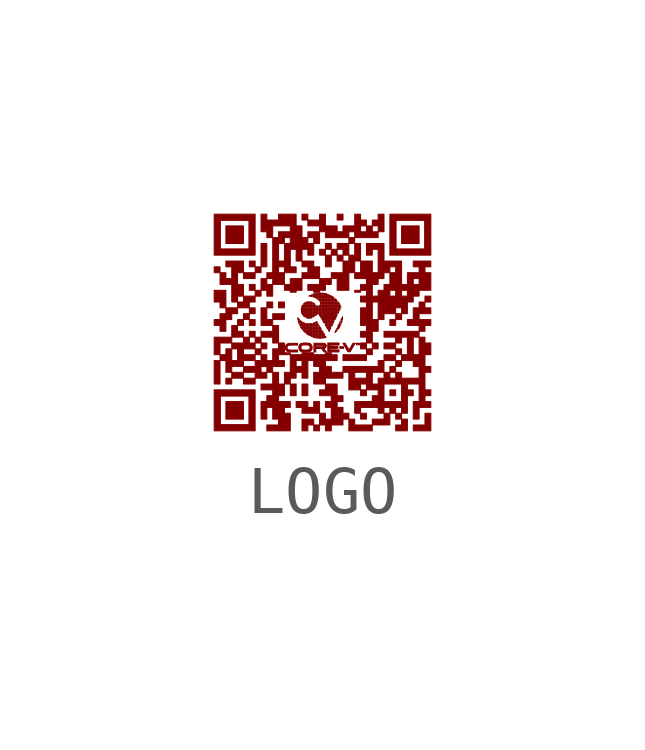
<source format=kicad_sym>
(kicad_symbol_lib
  (version 20220914)
  (generator kicad_symbol_editor)
  (symbol "LOGO"
    (pin_names
      (offset 1.016))
    (property "Reference" "#G"
      (at 0 1.865 0)
      (effects (font (size 1.27 1.27)) hide))
    (symbol "LOGO_0_0"
      (polyline (pts (xy -0.416 0.167) (xy -0.418 0.169) (xy -0.42 0.167) (xy -0.418 0.165) (xy -0.416 0.167)) (stroke (width 0.01) (type default)) (fill (type outline)))
      (polyline (pts (xy -0.283 0.551) (xy -0.285 0.552) (xy -0.287 0.551) (xy -0.285 0.549) (xy -0.283 0.551)) (stroke (width 0.01) (type default)) (fill (type outline)))
      (polyline (pts (xy 0.42 0.12) (xy 0.418 0.122) (xy 0.416 0.12) (xy 0.418 0.118) (xy 0.42 0.12)) (stroke (width 0.01) (type default)) (fill (type outline)))
      (polyline (pts (xy -0.221 0.578) (xy -0.22 0.58) (xy -0.221 0.58) (xy -0.227 0.58) (xy -0.228 0.579) (xy -0.225 0.578) (xy -0.221 0.578)) (stroke (width 0.01) (type default)) (fill (type outline)))
      (polyline (pts (xy 0.131 0.578) (xy 0.132 0.58) (xy 0.131 0.58) (xy 0.125 0.58) (xy 0.123 0.579) (xy 0.127 0.578) (xy 0.131 0.578)) (stroke (width 0.01) (type default)) (fill (type outline)))
      (polyline (pts (xy 0.386 -0.037) (xy 0.387 -0.035) (xy 0.386 -0.028) (xy 0.385 -0.027) (xy 0.384 -0.032) (xy 0.385 -0.037) (xy 0.386 -0.037)) (stroke (width 0.01) (type default)) (fill (type outline)))
      (polyline (pts (xy 0.387 0.321) (xy 0.386 0.325) (xy 0.385 0.326) (xy 0.384 0.323) (xy 0.384 0.321) (xy 0.386 0.32) (xy 0.387 0.321)) (stroke (width 0.01) (type default)) (fill (type outline)))
      (polyline (pts (xy -1.646 -1.829) (xy -1.646 -1.647) (xy -1.829 -1.647) (xy -2.012 -1.647) (xy -2.012 -1.829) (xy -2.012 -2.012) (xy -1.829 -2.012) (xy -1.646 -2.012) (xy -1.646 -1.829)) (stroke (width 0.01) (type default)) (fill (type outline)))
      (polyline (pts (xy -1.646 1.829) (xy -1.646 2.012) (xy -1.829 2.012) (xy -2.012 2.012) (xy -2.012 1.829) (xy -2.012 1.646) (xy -1.829 1.646) (xy -1.646 1.646) (xy -1.646 1.829)) (stroke (width 0.01) (type default)) (fill (type outline)))
      (polyline (pts (xy -1.28 -0.61) (xy -1.28 -0.549) (xy -1.341 -0.549) (xy -1.403 -0.549) (xy -1.403 -0.61) (xy -1.403 -0.671) (xy -1.341 -0.671) (xy -1.28 -0.671) (xy -1.28 -0.61)) (stroke (width 0.01) (type default)) (fill (type outline)))
      (polyline (pts (xy -1.159 -0.488) (xy -1.159 -0.427) (xy -1.22 -0.427) (xy -1.28 -0.427) (xy -1.28 -0.488) (xy -1.28 -0.549) (xy -1.22 -0.549) (xy -1.159 -0.549) (xy -1.159 -0.488)) (stroke (width 0.01) (type default)) (fill (type outline)))
      (polyline (pts (xy -1.159 1.403) (xy -1.159 1.646) (xy -1.22 1.646) (xy -1.28 1.646) (xy -1.28 1.403) (xy -1.28 1.159) (xy -1.22 1.159) (xy -1.159 1.159) (xy -1.159 1.403)) (stroke (width 0.01) (type default)) (fill (type outline)))
      (polyline (pts (xy -1.037 0.366) (xy -1.037 0.427) (xy -1.098 0.427) (xy -1.159 0.427) (xy -1.159 0.366) (xy -1.159 0.305) (xy -1.098 0.305) (xy -1.037 0.305) (xy -1.037 0.366)) (stroke (width 0.01) (type default)) (fill (type outline)))
      (polyline (pts (xy -0.793 0.122) (xy -0.793 0.183) (xy -0.915 0.183) (xy -1.037 0.183) (xy -1.037 0.122) (xy -1.037 0.061) (xy -0.915 0.061) (xy -0.793 0.061) (xy -0.793 0.122)) (stroke (width 0.01) (type default)) (fill (type outline)))
      (polyline (pts (xy -0.793 0.366) (xy -0.793 0.427) (xy -0.854 0.427) (xy -0.915 0.427) (xy -0.915 0.366) (xy -0.915 0.305) (xy -0.854 0.305) (xy -0.793 0.305) (xy -0.793 0.366)) (stroke (width 0.01) (type default)) (fill (type outline)))
      (polyline (pts (xy -0.481 -0.035) (xy -0.481 -0.03) (xy -0.483 -0.025) (xy -0.486 -0.026) (xy -0.487 -0.028) (xy -0.485 -0.035) (xy -0.484 -0.037) (xy -0.483 -0.039) (xy -0.481 -0.035)) (stroke (width 0.01) (type default)) (fill (type outline)))
      (polyline (pts (xy -0.351 -0.116) (xy -0.351 -0.089) (xy -0.376 -0.09) (xy -0.4 -0.091) (xy -0.401 -0.117) (xy -0.402 -0.143) (xy -0.377 -0.143) (xy -0.351 -0.143) (xy -0.351 -0.116)) (stroke (width 0.01) (type default)) (fill (type outline)))
      (polyline (pts (xy -0.351 0.21) (xy -0.351 0.237) (xy -0.376 0.236) (xy -0.4 0.235) (xy -0.401 0.209) (xy -0.402 0.183) (xy -0.377 0.183) (xy -0.351 0.183) (xy -0.351 0.21)) (stroke (width 0.01) (type default)) (fill (type outline)))
      (polyline (pts (xy -0.351 0.341) (xy -0.351 0.366) (xy -0.377 0.366) (xy -0.402 0.366) (xy -0.402 0.341) (xy -0.402 0.316) (xy -0.377 0.316) (xy -0.351 0.316) (xy -0.351 0.341)) (stroke (width 0.01) (type default)) (fill (type outline)))
      (polyline (pts (xy -0.305 -1.403) (xy -0.305 -1.281) (xy -0.366 -1.281) (xy -0.427 -1.281) (xy -0.427 -1.403) (xy -0.427 -1.524) (xy -0.366 -1.524) (xy -0.305 -1.524) (xy -0.305 -1.403)) (stroke (width 0.01) (type default)) (fill (type outline)))
      (polyline (pts (xy -0.283 -0.183) (xy -0.283 -0.158) (xy -0.31 -0.158) (xy -0.337 -0.158) (xy -0.337 -0.183) (xy -0.337 -0.208) (xy -0.31 -0.208) (xy -0.283 -0.208) (xy -0.283 -0.183)) (stroke (width 0.01) (type default)) (fill (type outline)))
      (polyline (pts (xy -0.283 0.143) (xy -0.283 0.169) (xy -0.31 0.169) (xy -0.337 0.169) (xy -0.337 0.143) (xy -0.337 0.118) (xy -0.31 0.118) (xy -0.283 0.118) (xy -0.283 0.143)) (stroke (width 0.01) (type default)) (fill (type outline)))
      (polyline (pts (xy -0.283 0.341) (xy -0.283 0.366) (xy -0.31 0.366) (xy -0.337 0.366) (xy -0.337 0.341) (xy -0.337 0.316) (xy -0.31 0.316) (xy -0.283 0.316) (xy -0.283 0.341)) (stroke (width 0.01) (type default)) (fill (type outline)))
      (polyline (pts (xy -0.245 -0.077) (xy -0.221 -0.076) (xy -0.22 -0.051) (xy -0.218 -0.025) (xy -0.244 -0.025) (xy -0.269 -0.025) (xy -0.269 -0.051) (xy -0.269 -0.077) (xy -0.245 -0.077)) (stroke (width 0.01) (type default)) (fill (type outline)))
      (polyline (pts (xy -0.244 0.251) (xy -0.219 0.252) (xy -0.219 0.277) (xy -0.219 0.301) (xy -0.244 0.301) (xy -0.269 0.301) (xy -0.269 0.275) (xy -0.269 0.249) (xy -0.244 0.251)) (stroke (width 0.01) (type default)) (fill (type outline)))
      (polyline (pts (xy -0.22 -0.117) (xy -0.221 -0.091) (xy -0.245 -0.09) (xy -0.269 -0.089) (xy -0.269 -0.116) (xy -0.269 -0.143) (xy -0.244 -0.143) (xy -0.218 -0.143) (xy -0.22 -0.117)) (stroke (width 0.01) (type default)) (fill (type outline)))
      (polyline (pts (xy -0.22 0.209) (xy -0.221 0.235) (xy -0.245 0.236) (xy -0.269 0.237) (xy -0.269 0.21) (xy -0.269 0.183) (xy -0.244 0.183) (xy -0.218 0.183) (xy -0.22 0.209)) (stroke (width 0.01) (type default)) (fill (type outline)))
      (polyline (pts (xy -0.219 -0.291) (xy -0.221 -0.288) (xy -0.227 -0.287) (xy -0.229 -0.287) (xy -0.232 -0.288) (xy -0.23 -0.291) (xy -0.228 -0.292) (xy -0.221 -0.294) (xy -0.219 -0.291)) (stroke (width 0.01) (type default)) (fill (type outline)))
      (polyline (pts (xy -0.219 -0.247) (xy -0.219 -0.222) (xy -0.244 -0.222) (xy -0.269 -0.222) (xy -0.269 -0.247) (xy -0.269 -0.273) (xy -0.244 -0.273) (xy -0.219 -0.273) (xy -0.219 -0.247)) (stroke (width 0.01) (type default)) (fill (type outline)))
      (polyline (pts (xy -0.219 -0.183) (xy -0.219 -0.158) (xy -0.244 -0.158) (xy -0.269 -0.158) (xy -0.269 -0.183) (xy -0.269 -0.208) (xy -0.244 -0.208) (xy -0.219 -0.208) (xy -0.219 -0.183)) (stroke (width 0.01) (type default)) (fill (type outline)))
      (polyline (pts (xy -0.219 0.143) (xy -0.219 0.169) (xy -0.244 0.169) (xy -0.269 0.169) (xy -0.269 0.143) (xy -0.269 0.118) (xy -0.244 0.118) (xy -0.219 0.118) (xy -0.219 0.143)) (stroke (width 0.01) (type default)) (fill (type outline)))
      (polyline (pts (xy -0.219 0.341) (xy -0.219 0.366) (xy -0.244 0.366) (xy -0.269 0.366) (xy -0.269 0.341) (xy -0.269 0.316) (xy -0.244 0.316) (xy -0.219 0.316) (xy -0.219 0.341)) (stroke (width 0.01) (type default)) (fill (type outline)))
      (polyline (pts (xy -0.179 -0.076) (xy -0.154 -0.075) (xy -0.154 -0.05) (xy -0.154 -0.025) (xy -0.179 -0.025) (xy -0.204 -0.025) (xy -0.204 -0.051) (xy -0.204 -0.077) (xy -0.179 -0.076)) (stroke (width 0.01) (type default)) (fill (type outline)))
      (polyline (pts (xy -0.154 -0.247) (xy -0.154 -0.222) (xy -0.179 -0.222) (xy -0.204 -0.222) (xy -0.204 -0.247) (xy -0.204 -0.273) (xy -0.179 -0.273) (xy -0.154 -0.273) (xy -0.154 -0.247)) (stroke (width 0.01) (type default)) (fill (type outline)))
      (polyline (pts (xy -0.154 -0.183) (xy -0.154 -0.158) (xy -0.179 -0.158) (xy -0.204 -0.158) (xy -0.204 -0.183) (xy -0.204 -0.208) (xy -0.179 -0.208) (xy -0.154 -0.208) (xy -0.154 -0.183)) (stroke (width 0.01) (type default)) (fill (type outline)))
      (polyline (pts (xy -0.154 -0.117) (xy -0.154 -0.09) (xy -0.179 -0.09) (xy -0.204 -0.09) (xy -0.204 -0.117) (xy -0.204 -0.143) (xy -0.179 -0.143) (xy -0.154 -0.143) (xy -0.154 -0.117)) (stroke (width 0.01) (type default)) (fill (type outline)))
      (polyline (pts (xy -0.154 0.21) (xy -0.154 0.237) (xy -0.179 0.237) (xy -0.204 0.237) (xy -0.204 0.21) (xy -0.204 0.183) (xy -0.179 0.183) (xy -0.154 0.183) (xy -0.154 0.21)) (stroke (width 0.01) (type default)) (fill (type outline)))
      (polyline (pts (xy -0.154 0.276) (xy -0.154 0.301) (xy -0.179 0.301) (xy -0.204 0.301) (xy -0.204 0.276) (xy -0.204 0.251) (xy -0.179 0.251) (xy -0.154 0.251) (xy -0.154 0.276)) (stroke (width 0.01) (type default)) (fill (type outline)))
      (polyline (pts (xy -0.154 0.341) (xy -0.154 0.366) (xy -0.179 0.366) (xy -0.204 0.366) (xy -0.204 0.341) (xy -0.204 0.316) (xy -0.179 0.316) (xy -0.154 0.316) (xy -0.154 0.341)) (stroke (width 0.01) (type default)) (fill (type outline)))
      (polyline (pts (xy -0.09 -0.247) (xy -0.09 -0.222) (xy -0.115 -0.222) (xy -0.14 -0.222) (xy -0.14 -0.247) (xy -0.14 -0.273) (xy -0.115 -0.273) (xy -0.09 -0.273) (xy -0.09 -0.247)) (stroke (width 0.01) (type default)) (fill (type outline)))
      (polyline (pts (xy -0.09 -0.183) (xy -0.09 -0.158) (xy -0.115 -0.158) (xy -0.14 -0.158) (xy -0.14 -0.183) (xy -0.14 -0.208) (xy -0.115 -0.208) (xy -0.09 -0.208) (xy -0.09 -0.183)) (stroke (width 0.01) (type default)) (fill (type outline)))
      (polyline (pts (xy -0.09 -0.117) (xy -0.09 -0.09) (xy -0.115 -0.09) (xy -0.14 -0.09) (xy -0.14 -0.117) (xy -0.14 -0.143) (xy -0.115 -0.143) (xy -0.09 -0.143) (xy -0.09 -0.117)) (stroke (width 0.01) (type default)) (fill (type outline)))
      (polyline (pts (xy -0.09 0.21) (xy -0.09 0.237) (xy -0.115 0.237) (xy -0.14 0.237) (xy -0.14 0.21) (xy -0.14 0.183) (xy -0.115 0.183) (xy -0.09 0.183) (xy -0.09 0.21)) (stroke (width 0.01) (type default)) (fill (type outline)))
      (polyline (pts (xy -0.09 0.536) (xy -0.09 0.563) (xy -0.115 0.563) (xy -0.14 0.563) (xy -0.14 0.536) (xy -0.14 0.509) (xy -0.115 0.509) (xy -0.09 0.509) (xy -0.09 0.536)) (stroke (width 0.01) (type default)) (fill (type outline)))
      (polyline (pts (xy -0.065 -0.075) (xy -0.069 -0.068) (xy -0.071 -0.063) (xy -0.073 -0.062) (xy -0.075 -0.066) (xy -0.075 -0.07) (xy -0.071 -0.076) (xy -0.067 -0.078) (xy -0.065 -0.075)) (stroke (width 0.01) (type default)) (fill (type outline)))
      (polyline (pts (xy -0.025 -0.307) (xy -0.025 -0.287) (xy -0.05 -0.287) (xy -0.075 -0.287) (xy -0.075 -0.307) (xy -0.075 -0.327) (xy -0.05 -0.327) (xy -0.025 -0.327) (xy -0.025 -0.307)) (stroke (width 0.01) (type default)) (fill (type outline)))
      (polyline (pts (xy -0.025 -0.247) (xy -0.025 -0.222) (xy -0.05 -0.222) (xy -0.075 -0.222) (xy -0.075 -0.247) (xy -0.075 -0.273) (xy -0.05 -0.273) (xy -0.025 -0.273) (xy -0.025 -0.247)) (stroke (width 0.01) (type default)) (fill (type outline)))
      (polyline (pts (xy -0.025 -0.183) (xy -0.025 -0.158) (xy -0.05 -0.158) (xy -0.075 -0.158) (xy -0.075 -0.183) (xy -0.075 -0.208) (xy -0.05 -0.208) (xy -0.025 -0.208) (xy -0.025 -0.183)) (stroke (width 0.01) (type default)) (fill (type outline)))
      (polyline (pts (xy -0.025 0.21) (xy -0.025 0.237) (xy -0.049 0.236) (xy -0.073 0.235) (xy -0.075 0.209) (xy -0.076 0.183) (xy -0.05 0.183) (xy -0.025 0.183) (xy -0.025 0.21)) (stroke (width 0.01) (type default)) (fill (type outline)))
      (polyline (pts (xy -0.025 0.536) (xy -0.025 0.564) (xy -0.049 0.562) (xy -0.073 0.561) (xy -0.075 0.535) (xy -0.076 0.509) (xy -0.05 0.509) (xy -0.025 0.509) (xy -0.025 0.536)) (stroke (width 0.01) (type default)) (fill (type outline)))
      (polyline (pts (xy 0.043 0.143) (xy 0.043 0.169) (xy 0.016 0.169) (xy -0.011 0.169) (xy -0.011 0.143) (xy -0.011 0.118) (xy 0.016 0.118) (xy 0.043 0.118) (xy 0.043 0.143)) (stroke (width 0.01) (type default)) (fill (type outline)))
      (polyline (pts (xy 0.043 0.341) (xy 0.043 0.366) (xy 0.016 0.366) (xy -0.011 0.366) (xy -0.011 0.341) (xy -0.011 0.316) (xy 0.016 0.316) (xy 0.043 0.316) (xy 0.043 0.341)) (stroke (width 0.01) (type default)) (fill (type outline)))
      (polyline (pts (xy 0.043 0.405) (xy 0.043 0.43) (xy 0.016 0.43) (xy -0.011 0.43) (xy -0.011 0.405) (xy -0.011 0.38) (xy 0.016 0.38) (xy 0.043 0.38) (xy 0.043 0.405)) (stroke (width 0.01) (type default)) (fill (type outline)))
      (polyline (pts (xy 0.043 0.47) (xy 0.043 0.495) (xy 0.016 0.495) (xy -0.011 0.495) (xy -0.011 0.47) (xy -0.011 0.445) (xy 0.016 0.445) (xy 0.043 0.445) (xy 0.043 0.47)) (stroke (width 0.01) (type default)) (fill (type outline)))
      (polyline (pts (xy 0.083 0.251) (xy 0.108 0.252) (xy 0.108 0.277) (xy 0.108 0.301) (xy 0.083 0.301) (xy 0.057 0.301) (xy 0.057 0.275) (xy 0.057 0.249) (xy 0.083 0.251)) (stroke (width 0.01) (type default)) (fill (type outline)))
      (polyline (pts (xy 0.107 0.209) (xy 0.106 0.235) (xy 0.082 0.236) (xy 0.057 0.237) (xy 0.057 0.21) (xy 0.057 0.183) (xy 0.083 0.183) (xy 0.108 0.183) (xy 0.107 0.209)) (stroke (width 0.01) (type default)) (fill (type outline)))
      (polyline (pts (xy 0.107 0.535) (xy 0.106 0.561) (xy 0.082 0.562) (xy 0.057 0.564) (xy 0.057 0.536) (xy 0.057 0.509) (xy 0.083 0.509) (xy 0.108 0.509) (xy 0.107 0.535)) (stroke (width 0.01) (type default)) (fill (type outline)))
      (polyline (pts (xy 0.108 0.014) (xy 0.108 0.039) (xy 0.083 0.039) (xy 0.057 0.039) (xy 0.057 0.014) (xy 0.057 -0.011) (xy 0.083 -0.011) (xy 0.108 -0.011) (xy 0.108 0.014)) (stroke (width 0.01) (type default)) (fill (type outline)))
      (polyline (pts (xy 0.108 0.079) (xy 0.108 0.104) (xy 0.083 0.104) (xy 0.057 0.104) (xy 0.057 0.079) (xy 0.057 0.054) (xy 0.083 0.054) (xy 0.108 0.054) (xy 0.108 0.079)) (stroke (width 0.01) (type default)) (fill (type outline)))
      (polyline (pts (xy 0.108 0.143) (xy 0.108 0.169) (xy 0.083 0.169) (xy 0.057 0.169) (xy 0.057 0.143) (xy 0.057 0.118) (xy 0.083 0.118) (xy 0.108 0.118) (xy 0.108 0.143)) (stroke (width 0.01) (type default)) (fill (type outline)))
      (polyline (pts (xy 0.108 0.341) (xy 0.108 0.366) (xy 0.083 0.366) (xy 0.057 0.366) (xy 0.057 0.341) (xy 0.057 0.316) (xy 0.083 0.316) (xy 0.108 0.316) (xy 0.108 0.341)) (stroke (width 0.01) (type default)) (fill (type outline)))
      (polyline (pts (xy 0.108 0.405) (xy 0.108 0.43) (xy 0.083 0.43) (xy 0.057 0.43) (xy 0.057 0.405) (xy 0.057 0.38) (xy 0.083 0.38) (xy 0.108 0.38) (xy 0.108 0.405)) (stroke (width 0.01) (type default)) (fill (type outline)))
      (polyline (pts (xy 0.108 0.47) (xy 0.108 0.495) (xy 0.083 0.495) (xy 0.057 0.495) (xy 0.057 0.47) (xy 0.057 0.445) (xy 0.083 0.445) (xy 0.108 0.445) (xy 0.108 0.47)) (stroke (width 0.01) (type default)) (fill (type outline)))
      (polyline (pts (xy 0.147 -0.076) (xy 0.172 -0.075) (xy 0.172 -0.05) (xy 0.172 -0.025) (xy 0.147 -0.025) (xy 0.122 -0.025) (xy 0.122 -0.051) (xy 0.122 -0.077) (xy 0.147 -0.076)) (stroke (width 0.01) (type default)) (fill (type outline)))
      (polyline (pts (xy 0.172 0.535) (xy 0.17 0.561) (xy 0.146 0.562) (xy 0.122 0.564) (xy 0.122 0.536) (xy 0.122 0.509) (xy 0.147 0.509) (xy 0.172 0.509) (xy 0.172 0.535)) (stroke (width 0.01) (type default)) (fill (type outline)))
      (polyline (pts (xy 0.172 0.014) (xy 0.172 0.039) (xy 0.147 0.039) (xy 0.122 0.039) (xy 0.122 0.014) (xy 0.122 -0.011) (xy 0.147 -0.011) (xy 0.172 -0.011) (xy 0.172 0.014)) (stroke (width 0.01) (type default)) (fill (type outline)))
      (polyline (pts (xy 0.172 0.079) (xy 0.172 0.104) (xy 0.147 0.104) (xy 0.122 0.104) (xy 0.122 0.079) (xy 0.122 0.054) (xy 0.147 0.054) (xy 0.172 0.054) (xy 0.172 0.079)) (stroke (width 0.01) (type default)) (fill (type outline)))
      (polyline (pts (xy 0.172 0.143) (xy 0.172 0.169) (xy 0.147 0.169) (xy 0.122 0.169) (xy 0.122 0.143) (xy 0.122 0.118) (xy 0.147 0.118) (xy 0.172 0.118) (xy 0.172 0.143)) (stroke (width 0.01) (type default)) (fill (type outline)))
      (polyline (pts (xy 0.172 0.21) (xy 0.172 0.237) (xy 0.147 0.237) (xy 0.122 0.237) (xy 0.122 0.21) (xy 0.122 0.183) (xy 0.147 0.183) (xy 0.172 0.183) (xy 0.172 0.21)) (stroke (width 0.01) (type default)) (fill (type outline)))
      (polyline (pts (xy 0.172 0.276) (xy 0.172 0.301) (xy 0.147 0.301) (xy 0.122 0.301) (xy 0.122 0.276) (xy 0.122 0.251) (xy 0.147 0.251) (xy 0.172 0.251) (xy 0.172 0.276)) (stroke (width 0.01) (type default)) (fill (type outline)))
      (polyline (pts (xy 0.172 0.341) (xy 0.172 0.366) (xy 0.147 0.366) (xy 0.122 0.366) (xy 0.122 0.341) (xy 0.122 0.316) (xy 0.147 0.316) (xy 0.172 0.316) (xy 0.172 0.341)) (stroke (width 0.01) (type default)) (fill (type outline)))
      (polyline (pts (xy 0.172 0.405) (xy 0.172 0.43) (xy 0.147 0.43) (xy 0.122 0.43) (xy 0.122 0.405) (xy 0.122 0.38) (xy 0.147 0.38) (xy 0.172 0.38) (xy 0.172 0.405)) (stroke (width 0.01) (type default)) (fill (type outline)))
      (polyline (pts (xy 0.172 0.47) (xy 0.172 0.495) (xy 0.147 0.495) (xy 0.122 0.495) (xy 0.122 0.47) (xy 0.122 0.445) (xy 0.147 0.445) (xy 0.172 0.445) (xy 0.172 0.47)) (stroke (width 0.01) (type default)) (fill (type outline)))
      (polyline (pts (xy 0.237 0.079) (xy 0.237 0.104) (xy 0.212 0.104) (xy 0.187 0.104) (xy 0.187 0.079) (xy 0.187 0.054) (xy 0.212 0.054) (xy 0.237 0.054) (xy 0.237 0.079)) (stroke (width 0.01) (type default)) (fill (type outline)))
      (polyline (pts (xy 0.237 0.143) (xy 0.237 0.169) (xy 0.212 0.169) (xy 0.187 0.169) (xy 0.187 0.143) (xy 0.187 0.118) (xy 0.212 0.118) (xy 0.237 0.118) (xy 0.237 0.143)) (stroke (width 0.01) (type default)) (fill (type outline)))
      (polyline (pts (xy 0.237 0.21) (xy 0.237 0.237) (xy 0.212 0.237) (xy 0.187 0.237) (xy 0.187 0.21) (xy 0.187 0.183) (xy 0.212 0.183) (xy 0.237 0.183) (xy 0.237 0.21)) (stroke (width 0.01) (type default)) (fill (type outline)))
      (polyline (pts (xy 0.237 0.276) (xy 0.237 0.301) (xy 0.212 0.301) (xy 0.187 0.301) (xy 0.187 0.276) (xy 0.187 0.251) (xy 0.212 0.251) (xy 0.237 0.251) (xy 0.237 0.276)) (stroke (width 0.01) (type default)) (fill (type outline)))
      (polyline (pts (xy 0.237 0.341) (xy 0.237 0.366) (xy 0.212 0.366) (xy 0.187 0.366) (xy 0.187 0.341) (xy 0.187 0.316) (xy 0.212 0.316) (xy 0.237 0.316) (xy 0.237 0.341)) (stroke (width 0.01) (type default)) (fill (type outline)))
      (polyline (pts (xy 0.237 0.405) (xy 0.237 0.43) (xy 0.212 0.43) (xy 0.187 0.43) (xy 0.187 0.405) (xy 0.187 0.38) (xy 0.212 0.38) (xy 0.237 0.38) (xy 0.237 0.405)) (stroke (width 0.01) (type default)) (fill (type outline)))
      (polyline (pts (xy 0.237 0.47) (xy 0.237 0.495) (xy 0.212 0.495) (xy 0.187 0.495) (xy 0.187 0.47) (xy 0.187 0.445) (xy 0.212 0.445) (xy 0.237 0.445) (xy 0.237 0.47)) (stroke (width 0.01) (type default)) (fill (type outline)))
      (polyline (pts (xy 0.3 -0.141) (xy 0.301 -0.132) (xy 0.301 -0.12) (xy 0.296 -0.129) (xy 0.292 -0.136) (xy 0.291 -0.141) (xy 0.291 -0.142) (xy 0.296 -0.143) (xy 0.3 -0.141)) (stroke (width 0.01) (type default)) (fill (type outline)))
      (polyline (pts (xy 0.301 0.21) (xy 0.301 0.237) (xy 0.277 0.236) (xy 0.253 0.235) (xy 0.252 0.209) (xy 0.251 0.183) (xy 0.276 0.183) (xy 0.301 0.183) (xy 0.301 0.21)) (stroke (width 0.01) (type default)) (fill (type outline)))
      (polyline (pts (xy 0.301 0.341) (xy 0.301 0.366) (xy 0.276 0.366) (xy 0.251 0.366) (xy 0.251 0.341) (xy 0.251 0.316) (xy 0.276 0.316) (xy 0.301 0.316) (xy 0.301 0.341)) (stroke (width 0.01) (type default)) (fill (type outline)))
      (polyline (pts (xy 0.301 0.405) (xy 0.301 0.43) (xy 0.276 0.43) (xy 0.251 0.43) (xy 0.251 0.405) (xy 0.251 0.38) (xy 0.276 0.38) (xy 0.301 0.38) (xy 0.301 0.405)) (stroke (width 0.01) (type default)) (fill (type outline)))
      (polyline (pts (xy 0.369 0.34) (xy 0.368 0.364) (xy 0.342 0.365) (xy 0.316 0.366) (xy 0.316 0.341) (xy 0.316 0.316) (xy 0.343 0.316) (xy 0.37 0.316) (xy 0.369 0.34)) (stroke (width 0.01) (type default)) (fill (type outline)))
      (polyline (pts (xy 0.427 2.195) (xy 0.427 2.256) (xy 0.366 2.256) (xy 0.305 2.256) (xy 0.305 2.195) (xy 0.305 2.134) (xy 0.366 2.134) (xy 0.427 2.134) (xy 0.427 2.195)) (stroke (width 0.01) (type default)) (fill (type outline)))
      (polyline (pts (xy 0.915 -1.951) (xy 0.915 -1.89) (xy 0.854 -1.89) (xy 0.793 -1.89) (xy 0.793 -1.951) (xy 0.793 -2.012) (xy 0.854 -2.012) (xy 0.915 -2.012) (xy 0.915 -1.951)) (stroke (width 0.01) (type default)) (fill (type outline)))
      (polyline (pts (xy 0.915 -1.464) (xy 0.915 -1.403) (xy 0.854 -1.403) (xy 0.793 -1.403) (xy 0.793 -1.464) (xy 0.793 -1.524) (xy 0.854 -1.524) (xy 0.915 -1.524) (xy 0.915 -1.464)) (stroke (width 0.01) (type default)) (fill (type outline)))
      (polyline (pts (xy 0.915 -0.732) (xy 0.915 -0.671) (xy 0.671 -0.671) (xy 0.427 -0.671) (xy 0.427 -0.732) (xy 0.427 -0.793) (xy 0.671 -0.793) (xy 0.915 -0.793) (xy 0.915 -0.732)) (stroke (width 0.01) (type default)) (fill (type outline)))
      (polyline (pts (xy 1.524 -1.464) (xy 1.524 -1.403) (xy 1.464 -1.403) (xy 1.403 -1.403) (xy 1.403 -1.464) (xy 1.403 -1.524) (xy 1.464 -1.524) (xy 1.524 -1.524) (xy 1.524 -1.464)) (stroke (width 0.01) (type default)) (fill (type outline)))
      (polyline (pts (xy 1.524 -0.976) (xy 1.524 -0.915) (xy 1.464 -0.915) (xy 1.403 -0.915) (xy 1.403 -0.976) (xy 1.403 -1.037) (xy 1.464 -1.037) (xy 1.524 -1.037) (xy 1.524 -0.976)) (stroke (width 0.01) (type default)) (fill (type outline)))
      (polyline (pts (xy 1.524 0) (xy 1.524 0.061) (xy 1.464 0.061) (xy 1.403 0.061) (xy 1.403 0) (xy 1.403 -0.061) (xy 1.464 -0.061) (xy 1.524 -0.061) (xy 1.524 0)) (stroke (width 0.01) (type default)) (fill (type outline)))
      (polyline (pts (xy 1.647 -0.854) (xy 1.647 -0.793) (xy 1.585 -0.793) (xy 1.524 -0.793) (xy 1.524 -0.854) (xy 1.524 -0.915) (xy 1.585 -0.915) (xy 1.647 -0.915) (xy 1.647 -0.854)) (stroke (width 0.01) (type default)) (fill (type outline)))
      (polyline (pts (xy 2.012 1.829) (xy 2.012 2.012) (xy 1.829 2.012) (xy 1.647 2.012) (xy 1.647 1.829) (xy 1.647 1.646) (xy 1.829 1.646) (xy 2.012 1.646) (xy 2.012 1.829)) (stroke (width 0.01) (type default)) (fill (type outline)))
      (polyline (pts (xy 2.256 0.488) (xy 2.256 0.549) (xy 2.195 0.549) (xy 2.134 0.549) (xy 2.134 0.488) (xy 2.134 0.427) (xy 2.195 0.427) (xy 2.256 0.427) (xy 2.256 0.488)) (stroke (width 0.01) (type default)) (fill (type outline)))
      (polyline (pts (xy -0.375 -0.011) (xy -0.387 -0.005) (xy -0.394 -0.002) (xy -0.399 -0.001) (xy -0.401 -0.002) (xy -0.402 -0.005) (xy -0.402 -0.007) (xy -0.398 -0.01) (xy -0.388 -0.011) (xy -0.375 -0.011)) (stroke (width 0.01) (type default)) (fill (type outline)))
      (polyline (pts (xy -0.09 0.48) (xy -0.09 0.486) (xy -0.09 0.491) (xy -0.093 0.494) (xy -0.101 0.495) (xy -0.113 0.495) (xy -0.102 0.486) (xy -0.095 0.48) (xy -0.091 0.478) (xy -0.09 0.48)) (stroke (width 0.01) (type default)) (fill (type outline)))
      (polyline (pts (xy -0.026 0.091) (xy -0.025 0.097) (xy -0.026 0.101) (xy -0.031 0.104) (xy -0.031 0.104) (xy -0.034 0.102) (xy -0.032 0.097) (xy -0.029 0.092) (xy -0.027 0.09) (xy -0.026 0.091)) (stroke (width 0.01) (type default)) (fill (type outline)))
      (polyline (pts (xy 0.005 -0.191) (xy -0.002 -0.18) (xy -0.006 -0.173) (xy -0.009 -0.172) (xy -0.011 -0.177) (xy -0.011 -0.188) (xy -0.011 -0.208) (xy 0.002 -0.208) (xy 0.015 -0.208) (xy 0.005 -0.191)) (stroke (width 0.01) (type default)) (fill (type outline)))
      (polyline (pts (xy -0.219 0.402) (xy -0.219 0.409) (xy -0.221 0.42) (xy -0.226 0.427) (xy -0.235 0.43) (xy -0.251 0.43) (xy -0.269 0.43) (xy -0.269 0.405) (xy -0.269 0.38) (xy -0.244 0.38) (xy -0.219 0.38) (xy -0.219 0.402)) (stroke (width 0.01) (type default)) (fill (type outline)))
      (polyline (pts (xy -0.182 0.38) (xy -0.16 0.381) (xy -0.179 0.398) (xy -0.18 0.399) (xy -0.189 0.408) (xy -0.197 0.414) (xy -0.201 0.416) (xy -0.202 0.415) (xy -0.204 0.408) (xy -0.204 0.398) (xy -0.204 0.38) (xy -0.182 0.38)) (stroke (width 0.01) (type default)) (fill (type outline)))
      (polyline (pts (xy -0.09 -0.056) (xy -0.09 -0.041) (xy -0.091 -0.032) (xy -0.095 -0.027) (xy -0.103 -0.025) (xy -0.116 -0.025) (xy -0.14 -0.025) (xy -0.14 -0.05) (xy -0.14 -0.075) (xy -0.116 -0.076) (xy -0.091 -0.077) (xy -0.09 -0.056)) (stroke (width 0.01) (type default)) (fill (type outline)))
      (polyline (pts (xy 0.216 0.509) (xy 0.229 0.51) (xy 0.236 0.512) (xy 0.236 0.516) (xy 0.231 0.523) (xy 0.22 0.531) (xy 0.202 0.543) (xy 0.187 0.552) (xy 0.187 0.531) (xy 0.187 0.509) (xy 0.212 0.509) (xy 0.216 0.509)) (stroke (width 0.01) (type default)) (fill (type outline)))
      (polyline (pts (xy 0.349 0.395) (xy 0.345 0.401) (xy 0.335 0.417) (xy 0.327 0.427) (xy 0.321 0.43) (xy 0.318 0.428) (xy 0.316 0.419) (xy 0.316 0.405) (xy 0.316 0.38) (xy 0.337 0.38) (xy 0.359 0.38) (xy 0.349 0.395)) (stroke (width 0.01) (type default)) (fill (type outline)))
      (polyline (pts (xy -0.42 0.316) (xy -0.417 0.319) (xy -0.416 0.326) (xy -0.416 0.338) (xy -0.417 0.36) (xy -0.425 0.343) (xy -0.429 0.335) (xy -0.432 0.326) (xy -0.434 0.32) (xy -0.432 0.317) (xy -0.425 0.316) (xy -0.424 0.316) (xy -0.42 0.316)) (stroke (width 0.01) (type default)) (fill (type outline)))
      (polyline (pts (xy -0.351 0.143) (xy -0.351 0.169) (xy -0.377 0.169) (xy -0.402 0.169) (xy -0.402 0.155) (xy -0.401 0.146) (xy -0.397 0.138) (xy -0.389 0.13) (xy -0.389 0.129) (xy -0.376 0.121) (xy -0.364 0.118) (xy -0.351 0.118) (xy -0.351 0.143)) (stroke (width 0.01) (type default)) (fill (type outline)))
      (polyline (pts (xy -0.291 0.251) (xy -0.286 0.251) (xy -0.285 0.255) (xy -0.284 0.264) (xy -0.284 0.277) (xy -0.285 0.299) (xy -0.311 0.3) (xy -0.337 0.302) (xy -0.337 0.277) (xy -0.337 0.251) (xy -0.313 0.25) (xy -0.3 0.25) (xy -0.291 0.251)) (stroke (width 0.01) (type default)) (fill (type outline)))
      (polyline (pts (xy -0.283 0.405) (xy -0.283 0.43) (xy -0.305 0.43) (xy -0.306 0.43) (xy -0.321 0.43) (xy -0.33 0.428) (xy -0.335 0.424) (xy -0.337 0.416) (xy -0.337 0.403) (xy -0.337 0.38) (xy -0.31 0.38) (xy -0.283 0.38) (xy -0.283 0.405)) (stroke (width 0.01) (type default)) (fill (type outline)))
      (polyline (pts (xy -0.126 0.158) (xy -0.123 0.16) (xy -0.115 0.165) (xy -0.112 0.167) (xy -0.112 0.168) (xy -0.116 0.168) (xy -0.125 0.169) (xy -0.128 0.169) (xy -0.136 0.168) (xy -0.139 0.165) (xy -0.14 0.159) (xy -0.14 0.15) (xy -0.126 0.158)) (stroke (width 0.01) (type default)) (fill (type outline)))
      (polyline (pts (xy -0.09 0.596) (xy -0.09 0.614) (xy -0.108 0.612) (xy -0.109 0.612) (xy -0.124 0.61) (xy -0.133 0.607) (xy -0.138 0.604) (xy -0.14 0.599) (xy -0.14 0.592) (xy -0.14 0.578) (xy -0.115 0.578) (xy -0.09 0.578) (xy -0.09 0.596)) (stroke (width 0.01) (type default)) (fill (type outline)))
      (polyline (pts (xy -0.025 0.341) (xy -0.025 0.366) (xy -0.036 0.366) (xy -0.048 0.363) (xy -0.061 0.354) (xy -0.062 0.353) (xy -0.071 0.346) (xy -0.074 0.339) (xy -0.075 0.329) (xy -0.075 0.316) (xy -0.05 0.316) (xy -0.025 0.316) (xy -0.025 0.341)) (stroke (width 0.01) (type default)) (fill (type outline)))
      (polyline (pts (xy -0.025 0.47) (xy -0.025 0.495) (xy -0.05 0.495) (xy -0.075 0.495) (xy -0.075 0.478) (xy -0.075 0.474) (xy -0.073 0.462) (xy -0.068 0.453) (xy -0.063 0.449) (xy -0.055 0.446) (xy -0.042 0.445) (xy -0.025 0.445) (xy -0.025 0.47)) (stroke (width 0.01) (type default)) (fill (type outline)))
      (polyline (pts (xy 0.041 0.25) (xy 0.041 0.275) (xy 0.041 0.299) (xy 0.016 0.299) (xy -0.009 0.299) (xy -0.01 0.278) (xy -0.01 0.269) (xy -0.01 0.259) (xy -0.01 0.253) (xy -0.007 0.252) (xy 0.002 0.25) (xy 0.017 0.25) (xy 0.041 0.25)) (stroke (width 0.01) (type default)) (fill (type outline)))
      (polyline (pts (xy 0.043 0.079) (xy 0.043 0.104) (xy 0.016 0.104) (xy -0.011 0.104) (xy -0.011 0.081) (xy -0.01 0.07) (xy -0.01 0.061) (xy -0.008 0.056) (xy -0.004 0.055) (xy 0.006 0.054) (xy 0.019 0.054) (xy 0.043 0.054) (xy 0.043 0.079)) (stroke (width 0.01) (type default)) (fill (type outline)))
      (polyline (pts (xy 0.043 0.591) (xy 0.043 0.594) (xy 0.042 0.601) (xy 0.04 0.605) (xy 0.034 0.608) (xy 0.024 0.61) (xy 0.008 0.612) (xy -0.011 0.614) (xy -0.011 0.596) (xy -0.011 0.578) (xy 0.016 0.578) (xy 0.043 0.578) (xy 0.043 0.591)) (stroke (width 0.01) (type default)) (fill (type outline)))
      (polyline (pts (xy 0.067 -0.313) (xy 0.072 -0.311) (xy 0.074 -0.309) (xy 0.072 -0.304) (xy 0.068 -0.297) (xy 0.065 -0.291) (xy 0.061 -0.287) (xy 0.058 -0.291) (xy 0.057 -0.301) (xy 0.057 -0.303) (xy 0.058 -0.311) (xy 0.061 -0.314) (xy 0.067 -0.313)) (stroke (width 0.01) (type default)) (fill (type outline)))
      (polyline (pts (xy 2.256 -2.073) (xy 2.256 -1.89) (xy 2.195 -1.89) (xy 2.134 -1.89) (xy 2.134 -2.012) (xy 2.134 -2.134) (xy 2.012 -2.134) (xy 1.89 -2.134) (xy 1.89 -2.195) (xy 1.89 -2.256) (xy 2.073 -2.256) (xy 2.256 -2.256) (xy 2.256 -2.073)) (stroke (width 0.01) (type default)) (fill (type outline)))
      (polyline (pts (xy -0.417 0.248) (xy -0.416 0.252) (xy -0.416 0.262) (xy -0.416 0.275) (xy -0.416 0.302) (xy -0.428 0.301) (xy -0.439 0.299) (xy -0.44 0.276) (xy -0.442 0.252) (xy -0.43 0.25) (xy -0.429 0.25) (xy -0.421 0.249) (xy -0.417 0.248) (xy -0.417 0.248)) (stroke (width 0.01) (type default)) (fill (type outline)))
      (polyline (pts (xy -0.309 -0.143) (xy -0.285 -0.142) (xy -0.285 -0.117) (xy -0.285 -0.091) (xy -0.31 -0.091) (xy -0.335 -0.091) (xy -0.336 -0.113) (xy -0.337 -0.122) (xy -0.337 -0.133) (xy -0.336 -0.139) (xy -0.335 -0.139) (xy -0.332 -0.142) (xy -0.323 -0.143) (xy -0.309 -0.143)) (stroke (width 0.01) (type default)) (fill (type outline)))
      (polyline (pts (xy -0.309 0.184) (xy -0.285 0.185) (xy -0.285 0.21) (xy -0.285 0.235) (xy -0.31 0.235) (xy -0.335 0.235) (xy -0.336 0.214) (xy -0.337 0.204) (xy -0.337 0.194) (xy -0.336 0.188) (xy -0.335 0.187) (xy -0.332 0.184) (xy -0.323 0.183) (xy -0.309 0.184)) (stroke (width 0.01) (type default)) (fill (type outline)))
      (polyline (pts (xy -0.09 0.252) (xy -0.09 0.262) (xy -0.09 0.274) (xy -0.09 0.301) (xy -0.115 0.301) (xy -0.14 0.301) (xy -0.14 0.276) (xy -0.14 0.251) (xy -0.116 0.25) (xy -0.116 0.25) (xy -0.103 0.249) (xy -0.094 0.249) (xy -0.09 0.248) (xy -0.09 0.252)) (stroke (width 0.01) (type default)) (fill (type outline)))
      (polyline (pts (xy -0.09 0.328) (xy -0.09 0.329) (xy -0.09 0.337) (xy -0.093 0.34) (xy -0.101 0.341) (xy -0.103 0.341) (xy -0.115 0.343) (xy -0.127 0.347) (xy -0.14 0.354) (xy -0.14 0.335) (xy -0.14 0.316) (xy -0.115 0.316) (xy -0.09 0.316) (xy -0.09 0.328)) (stroke (width 0.01) (type default)) (fill (type outline)))
      (polyline (pts (xy 0.017 0.184) (xy 0.041 0.185) (xy 0.041 0.21) (xy 0.041 0.235) (xy 0.016 0.235) (xy -0.009 0.235) (xy -0.01 0.214) (xy -0.01 0.204) (xy -0.01 0.194) (xy -0.009 0.188) (xy -0.009 0.187) (xy -0.005 0.184) (xy 0.003 0.183) (xy 0.017 0.184)) (stroke (width 0.01) (type default)) (fill (type outline)))
      (polyline (pts (xy 0.017 0.51) (xy 0.041 0.511) (xy 0.041 0.536) (xy 0.041 0.561) (xy 0.016 0.561) (xy -0.009 0.561) (xy -0.01 0.54) (xy -0.01 0.531) (xy -0.01 0.52) (xy -0.009 0.514) (xy -0.009 0.513) (xy -0.005 0.511) (xy 0.003 0.51) (xy 0.017 0.51)) (stroke (width 0.01) (type default)) (fill (type outline)))
      (polyline (pts (xy 0.107 -0.117) (xy 0.107 -0.111) (xy 0.107 -0.101) (xy 0.106 -0.095) (xy 0.105 -0.093) (xy 0.1 -0.091) (xy 0.092 -0.09) (xy 0.086 -0.09) (xy 0.083 -0.092) (xy 0.084 -0.096) (xy 0.088 -0.104) (xy 0.094 -0.114) (xy 0.106 -0.135) (xy 0.107 -0.117)) (stroke (width 0.01) (type default)) (fill (type outline)))
      (polyline (pts (xy 0.15 -0.143) (xy 0.158 -0.142) (xy 0.162 -0.138) (xy 0.166 -0.131) (xy 0.167 -0.13) (xy 0.171 -0.117) (xy 0.172 -0.104) (xy 0.172 -0.09) (xy 0.147 -0.09) (xy 0.122 -0.09) (xy 0.122 -0.117) (xy 0.122 -0.143) (xy 0.141 -0.143) (xy 0.15 -0.143)) (stroke (width 0.01) (type default)) (fill (type outline)))
      (polyline (pts (xy 0.215 -0.011) (xy 0.222 -0.009) (xy 0.227 -0.005) (xy 0.231 0.002) (xy 0.231 0.003) (xy 0.235 0.015) (xy 0.237 0.027) (xy 0.237 0.039) (xy 0.212 0.039) (xy 0.187 0.039) (xy 0.187 0.014) (xy 0.187 -0.011) (xy 0.206 -0.011) (xy 0.215 -0.011)) (stroke (width 0.01) (type default)) (fill (type outline)))
      (polyline (pts (xy 0.277 0.118) (xy 0.284 0.12) (xy 0.289 0.124) (xy 0.294 0.133) (xy 0.295 0.136) (xy 0.3 0.147) (xy 0.301 0.158) (xy 0.301 0.169) (xy 0.276 0.169) (xy 0.251 0.169) (xy 0.251 0.143) (xy 0.251 0.118) (xy 0.269 0.118) (xy 0.277 0.118)) (stroke (width 0.01) (type default)) (fill (type outline)))
      (polyline (pts (xy 0.301 0.252) (xy 0.301 0.262) (xy 0.301 0.274) (xy 0.301 0.301) (xy 0.276 0.301) (xy 0.251 0.301) (xy 0.251 0.276) (xy 0.251 0.251) (xy 0.275 0.25) (xy 0.275 0.25) (xy 0.288 0.249) (xy 0.297 0.249) (xy 0.3 0.248) (xy 0.301 0.252)) (stroke (width 0.01) (type default)) (fill (type outline)))
      (polyline (pts (xy 0.366 -0.01) (xy 0.369 -0.007) (xy 0.369 0.002) (xy 0.369 0.003) (xy 0.369 0.011) (xy 0.368 0.014) (xy 0.367 0.014) (xy 0.364 0.01) (xy 0.36 0.003) (xy 0.357 -0.004) (xy 0.355 -0.009) (xy 0.356 -0.01) (xy 0.362 -0.011) (xy 0.366 -0.01)) (stroke (width 0.01) (type default)) (fill (type outline)))
      (polyline (pts (xy 0.405 0.054) (xy 0.41 0.056) (xy 0.414 0.06) (xy 0.416 0.069) (xy 0.418 0.084) (xy 0.419 0.089) (xy 0.418 0.1) (xy 0.416 0.104) (xy 0.411 0.102) (xy 0.405 0.094) (xy 0.396 0.079) (xy 0.384 0.054) (xy 0.398 0.054) (xy 0.405 0.054)) (stroke (width 0.01) (type default)) (fill (type outline)))
      (polyline (pts (xy -0.416 -0.074) (xy -0.416 -0.065) (xy -0.416 -0.052) (xy -0.416 -0.025) (xy -0.441 -0.025) (xy -0.466 -0.025) (xy -0.466 -0.05) (xy -0.466 -0.075) (xy -0.442 -0.076) (xy -0.442 -0.076) (xy -0.43 -0.077) (xy -0.421 -0.078) (xy -0.417 -0.078) (xy -0.417 -0.078) (xy -0.416 -0.074)) (stroke (width 0.01) (type default)) (fill (type outline)))
      (polyline (pts (xy -0.354 -0.206) (xy -0.352 -0.197) (xy -0.351 -0.183) (xy -0.351 -0.158) (xy -0.377 -0.158) (xy -0.384 -0.158) (xy -0.395 -0.159) (xy -0.401 -0.162) (xy -0.401 -0.168) (xy -0.394 -0.176) (xy -0.383 -0.189) (xy -0.377 -0.195) (xy -0.366 -0.204) (xy -0.359 -0.208) (xy -0.354 -0.206)) (stroke (width 0.01) (type default)) (fill (type outline)))
      (polyline (pts (xy -0.352 -0.074) (xy -0.352 -0.065) (xy -0.351 -0.052) (xy -0.351 -0.025) (xy -0.377 -0.025) (xy -0.402 -0.025) (xy -0.402 -0.05) (xy -0.402 -0.075) (xy -0.378 -0.076) (xy -0.377 -0.076) (xy -0.365 -0.077) (xy -0.356 -0.078) (xy -0.352 -0.078) (xy -0.352 -0.078) (xy -0.352 -0.074)) (stroke (width 0.01) (type default)) (fill (type outline)))
      (polyline (pts (xy -0.352 0.252) (xy -0.352 0.262) (xy -0.351 0.274) (xy -0.351 0.301) (xy -0.377 0.301) (xy -0.402 0.301) (xy -0.402 0.276) (xy -0.402 0.251) (xy -0.378 0.25) (xy -0.377 0.25) (xy -0.365 0.249) (xy -0.356 0.249) (xy -0.352 0.248) (xy -0.352 0.248) (xy -0.352 0.252)) (stroke (width 0.01) (type default)) (fill (type outline)))
      (polyline (pts (xy -0.31 -0.077) (xy -0.285 -0.076) (xy -0.285 -0.051) (xy -0.285 -0.027) (xy -0.311 -0.026) (xy -0.337 -0.025) (xy -0.337 -0.05) (xy -0.337 -0.05) (xy -0.337 -0.062) (xy -0.336 -0.072) (xy -0.336 -0.076) (xy -0.336 -0.076) (xy -0.332 -0.076) (xy -0.322 -0.077) (xy -0.31 -0.077)) (stroke (width 0.01) (type default)) (fill (type outline)))
      (polyline (pts (xy -0.16 -0.01) (xy -0.155 -0.008) (xy -0.154 -0.004) (xy -0.154 -0.004) (xy -0.155 0.001) (xy -0.158 0.001) (xy -0.166 -0.002) (xy -0.167 -0.002) (xy -0.176 -0.006) (xy -0.183 -0.008) (xy -0.184 -0.009) (xy -0.18 -0.01) (xy -0.171 -0.011) (xy -0.169 -0.011) (xy -0.16 -0.01)) (stroke (width 0.01) (type default)) (fill (type outline)))
      (polyline (pts (xy -0.154 0.59) (xy -0.154 0.593) (xy -0.155 0.6) (xy -0.158 0.602) (xy -0.166 0.601) (xy -0.172 0.599) (xy -0.188 0.594) (xy -0.199 0.589) (xy -0.204 0.583) (xy -0.204 0.581) (xy -0.201 0.579) (xy -0.193 0.578) (xy -0.18 0.578) (xy -0.154 0.578) (xy -0.154 0.59)) (stroke (width 0.01) (type default)) (fill (type outline)))
      (polyline (pts (xy -0.091 -0.324) (xy -0.09 -0.317) (xy -0.09 -0.307) (xy -0.09 -0.287) (xy -0.115 -0.287) (xy -0.14 -0.287) (xy -0.14 -0.303) (xy -0.14 -0.319) (xy -0.123 -0.321) (xy -0.118 -0.322) (xy -0.107 -0.323) (xy -0.1 -0.325) (xy -0.098 -0.325) (xy -0.092 -0.326) (xy -0.091 -0.324)) (stroke (width 0.01) (type default)) (fill (type outline)))
      (polyline (pts (xy -0.025 0.252) (xy -0.025 0.262) (xy -0.025 0.274) (xy -0.025 0.301) (xy -0.05 0.301) (xy -0.075 0.301) (xy -0.075 0.276) (xy -0.075 0.251) (xy -0.051 0.25) (xy -0.051 0.25) (xy -0.039 0.249) (xy -0.03 0.249) (xy -0.026 0.248) (xy -0.026 0.248) (xy -0.025 0.252)) (stroke (width 0.01) (type default)) (fill (type outline)))
      (polyline (pts (xy 0.139 -0.186) (xy 0.142 -0.181) (xy 0.147 -0.172) (xy 0.154 -0.158) (xy 0.138 -0.158) (xy 0.133 -0.158) (xy 0.125 -0.159) (xy 0.122 -0.16) (xy 0.122 -0.16) (xy 0.125 -0.166) (xy 0.13 -0.174) (xy 0.131 -0.177) (xy 0.136 -0.184) (xy 0.138 -0.187) (xy 0.139 -0.186)) (stroke (width 0.01) (type default)) (fill (type outline)))
      (polyline (pts (xy 0.391 -0.009) (xy 0.397 -0.003) (xy 0.402 0.01) (xy 0.407 0.028) (xy 0.407 0.03) (xy 0.408 0.037) (xy 0.405 0.039) (xy 0.397 0.039) (xy 0.384 0.039) (xy 0.384 0.014) (xy 0.384 0.002) (xy 0.385 -0.006) (xy 0.387 -0.01) (xy 0.39 -0.01) (xy 0.391 -0.009)) (stroke (width 0.01) (type default)) (fill (type outline)))
      (polyline (pts (xy 0.437 -0.521) (xy 0.436 -0.504) (xy 0.398 -0.504) (xy 0.36 -0.504) (xy 0.359 -0.516) (xy 0.359 -0.516) (xy 0.359 -0.526) (xy 0.36 -0.533) (xy 0.36 -0.533) (xy 0.363 -0.536) (xy 0.37 -0.537) (xy 0.382 -0.538) (xy 0.4 -0.538) (xy 0.438 -0.538) (xy 0.437 -0.521)) (stroke (width 0.01) (type default)) (fill (type outline)))
      (polyline (pts (xy -0.351 0.4) (xy -0.352 0.408) (xy -0.352 0.415) (xy -0.354 0.418) (xy -0.358 0.416) (xy -0.363 0.413) (xy -0.373 0.406) (xy -0.383 0.398) (xy -0.391 0.391) (xy -0.396 0.385) (xy -0.396 0.384) (xy -0.394 0.381) (xy -0.388 0.381) (xy -0.375 0.38) (xy -0.351 0.38) (xy -0.351 0.4)) (stroke (width 0.01) (type default)) (fill (type outline)))
      (polyline (pts (xy -0.285 -0.26) (xy -0.284 -0.253) (xy -0.283 -0.242) (xy -0.283 -0.222) (xy -0.31 -0.222) (xy -0.32 -0.223) (xy -0.331 -0.223) (xy -0.335 -0.226) (xy -0.334 -0.23) (xy -0.326 -0.237) (xy -0.312 -0.247) (xy -0.31 -0.248) (xy -0.299 -0.255) (xy -0.29 -0.26) (xy -0.286 -0.262) (xy -0.285 -0.26)) (stroke (width 0.01) (type default)) (fill (type outline)))
      (polyline (pts (xy -0.156 0.523) (xy -0.155 0.53) (xy -0.154 0.542) (xy -0.154 0.563) (xy -0.179 0.563) (xy -0.204 0.563) (xy -0.204 0.551) (xy -0.204 0.549) (xy -0.204 0.544) (xy -0.201 0.539) (xy -0.194 0.535) (xy -0.182 0.53) (xy -0.171 0.525) (xy -0.161 0.522) (xy -0.157 0.52) (xy -0.156 0.523)) (stroke (width 0.01) (type default)) (fill (type outline)))
      (polyline (pts (xy 0.04 -0.009) (xy 0.042 -0.001) (xy 0.043 0.014) (xy 0.043 0.039) (xy 0.023 0.039) (xy 0.015 0.039) (xy 0.007 0.038) (xy 0.005 0.037) (xy 0.005 0.037) (xy 0.007 0.032) (xy 0.013 0.023) (xy 0.019 0.012) (xy 0.022 0.007) (xy 0.03 -0.005) (xy 0.036 -0.01) (xy 0.04 -0.009)) (stroke (width 0.01) (type default)) (fill (type outline)))
      (polyline (pts (xy 0.096 0.578) (xy 0.103 0.579) (xy 0.107 0.58) (xy 0.107 0.584) (xy 0.106 0.586) (xy 0.098 0.591) (xy 0.084 0.596) (xy 0.074 0.599) (xy 0.065 0.602) (xy 0.06 0.603) (xy 0.06 0.602) (xy 0.058 0.598) (xy 0.057 0.59) (xy 0.057 0.578) (xy 0.083 0.578) (xy 0.096 0.578)) (stroke (width 0.01) (type default)) (fill (type outline)))
      (polyline (pts (xy -1.28 1.098) (xy -1.28 1.159) (xy -1.341 1.159) (xy -1.403 1.159) (xy -1.403 1.22) (xy -1.403 1.28) (xy -1.464 1.28) (xy -1.524 1.28) (xy -1.524 1.22) (xy -1.524 1.159) (xy -1.464 1.159) (xy -1.403 1.159) (xy -1.403 1.098) (xy -1.403 1.037) (xy -1.341 1.037) (xy -1.28 1.037) (xy -1.28 1.098)) (stroke (width 0.01) (type default)) (fill (type outline)))
      (polyline (pts (xy -0.419 0.183) (xy -0.417 0.187) (xy -0.416 0.196) (xy -0.416 0.21) (xy -0.416 0.237) (xy -0.427 0.237) (xy -0.434 0.236) (xy -0.439 0.234) (xy -0.439 0.232) (xy -0.439 0.224) (xy -0.436 0.214) (xy -0.434 0.202) (xy -0.431 0.192) (xy -0.428 0.186) (xy -0.427 0.185) (xy -0.421 0.183) (xy -0.419 0.183)) (stroke (width 0.01) (type default)) (fill (type outline)))
      (polyline (pts (xy -0.419 -0.143) (xy -0.418 -0.139) (xy -0.416 -0.13) (xy -0.416 -0.117) (xy -0.416 -0.09) (xy -0.436 -0.09) (xy -0.444 -0.09) (xy -0.451 -0.091) (xy -0.454 -0.093) (xy -0.453 -0.099) (xy -0.447 -0.108) (xy -0.438 -0.122) (xy -0.437 -0.123) (xy -0.429 -0.134) (xy -0.423 -0.141) (xy -0.419 -0.143) (xy -0.419 -0.143)) (stroke (width 0.01) (type default)) (fill (type outline)))
      (polyline (pts (xy -0.29 0.088) (xy -0.286 0.09) (xy -0.284 0.096) (xy -0.284 0.099) (xy -0.285 0.102) (xy -0.288 0.103) (xy -0.296 0.104) (xy -0.31 0.104) (xy -0.315 0.104) (xy -0.329 0.103) (xy -0.336 0.101) (xy -0.336 0.098) (xy -0.329 0.095) (xy -0.315 0.091) (xy -0.311 0.09) (xy -0.298 0.088) (xy -0.29 0.088)) (stroke (width 0.01) (type default)) (fill (type outline)))
      (polyline (pts (xy -0.191 0.119) (xy -0.181 0.123) (xy -0.171 0.13) (xy -0.167 0.133) (xy -0.159 0.14) (xy -0.155 0.146) (xy -0.154 0.155) (xy -0.154 0.169) (xy -0.179 0.169) (xy -0.204 0.169) (xy -0.204 0.143) (xy -0.204 0.137) (xy -0.204 0.126) (xy -0.203 0.121) (xy -0.2 0.119) (xy -0.196 0.118) (xy -0.191 0.119)) (stroke (width 0.01) (type default)) (fill (type outline)))
      (polyline (pts (xy -0.116 -0.011) (xy -0.107 -0.01) (xy -0.104 -0.009) (xy -0.104 -0.008) (xy -0.108 -0.002) (xy -0.113 0.007) (xy -0.117 0.014) (xy -0.121 0.019) (xy -0.125 0.019) (xy -0.131 0.016) (xy -0.137 0.01) (xy -0.14 -0.0004) (xy -0.14 -0.005) (xy -0.138 -0.009) (xy -0.133 -0.011) (xy -0.122 -0.011) (xy -0.116 -0.011)) (stroke (width 0.01) (type default)) (fill (type outline)))
      (polyline (pts (xy 0.002 -0.324) (xy 0.013 -0.322) (xy 0.025 -0.321) (xy 0.035 -0.319) (xy 0.04 -0.317) (xy 0.041 -0.317) (xy 0.042 -0.311) (xy 0.043 -0.301) (xy 0.043 -0.287) (xy 0.016 -0.287) (xy -0.011 -0.287) (xy -0.011 -0.304) (xy -0.011 -0.31) (xy -0.01 -0.319) (xy -0.009 -0.324) (xy -0.006 -0.324) (xy 0.002 -0.324)) (stroke (width 0.01) (type default)) (fill (type outline)))
      (polyline (pts (xy 0.026 -0.273) (xy 0.036 -0.272) (xy 0.041 -0.271) (xy 0.043 -0.268) (xy 0.043 -0.263) (xy 0.043 -0.26) (xy 0.039 -0.249) (xy 0.034 -0.238) (xy 0.029 -0.231) (xy 0.024 -0.225) (xy 0.018 -0.223) (xy 0.007 -0.222) (xy -0.011 -0.222) (xy -0.011 -0.247) (xy -0.011 -0.273) (xy 0.016 -0.273) (xy 0.026 -0.273)) (stroke (width 0.01) (type default)) (fill (type outline)))
      (polyline (pts (xy 0.105 -0.076) (xy 0.106 -0.072) (xy 0.107 -0.063) (xy 0.108 -0.05) (xy 0.108 -0.025) (xy 0.083 -0.025) (xy 0.057 -0.025) (xy 0.057 -0.039) (xy 0.057 -0.04) (xy 0.059 -0.053) (xy 0.064 -0.064) (xy 0.069 -0.071) (xy 0.075 -0.075) (xy 0.086 -0.076) (xy 0.091 -0.076) (xy 0.1 -0.076) (xy 0.105 -0.076)) (stroke (width 0.01) (type default)) (fill (type outline)))
      (polyline (pts (xy 0.193 -0.072) (xy 0.198 -0.065) (xy 0.204 -0.054) (xy 0.21 -0.044) (xy 0.214 -0.035) (xy 0.215 -0.029) (xy 0.215 -0.028) (xy 0.21 -0.026) (xy 0.201 -0.025) (xy 0.187 -0.025) (xy 0.187 -0.05) (xy 0.187 -0.051) (xy 0.187 -0.063) (xy 0.188 -0.072) (xy 0.19 -0.075) (xy 0.19 -0.075) (xy 0.193 -0.072)) (stroke (width 0.01) (type default)) (fill (type outline)))
      (polyline (pts (xy 0.255 0.054) (xy 0.258 0.059) (xy 0.263 0.068) (xy 0.269 0.078) (xy 0.274 0.089) (xy 0.278 0.098) (xy 0.28 0.102) (xy 0.28 0.103) (xy 0.275 0.104) (xy 0.266 0.104) (xy 0.251 0.104) (xy 0.251 0.079) (xy 0.251 0.078) (xy 0.252 0.066) (xy 0.253 0.057) (xy 0.254 0.054) (xy 0.255 0.054)) (stroke (width 0.01) (type default)) (fill (type outline)))
      (polyline (pts (xy 0.368 -0.076) (xy 0.368 -0.051) (xy 0.368 -0.027) (xy 0.357 -0.026) (xy 0.355 -0.026) (xy 0.349 -0.026) (xy 0.345 -0.029) (xy 0.341 -0.036) (xy 0.335 -0.048) (xy 0.334 -0.05) (xy 0.328 -0.061) (xy 0.324 -0.07) (xy 0.323 -0.074) (xy 0.326 -0.076) (xy 0.334 -0.076) (xy 0.345 -0.077) (xy 0.368 -0.076)) (stroke (width 0.01) (type default)) (fill (type outline)))
      (polyline (pts (xy -0.484 -0.01) (xy -0.482 -0.006) (xy -0.481 0.001) (xy -0.481 0.014) (xy -0.481 0.039) (xy -0.495 0.039) (xy -0.498 0.039) (xy -0.506 0.038) (xy -0.508 0.035) (xy -0.506 0.031) (xy -0.504 0.022) (xy -0.5 0.01) (xy -0.5 0.007) (xy -0.496 -0.004) (xy -0.492 -0.009) (xy -0.488 -0.011) (xy -0.487 -0.011) (xy -0.484 -0.01)) (stroke (width 0.01) (type default)) (fill (type outline)))
      (polyline (pts (xy -0.254 0.09) (xy -0.242 0.092) (xy -0.23 0.096) (xy -0.222 0.099) (xy -0.219 0.102) (xy -0.219 0.102) (xy -0.223 0.103) (xy -0.232 0.104) (xy -0.244 0.104) (xy -0.25 0.104) (xy -0.261 0.104) (xy -0.266 0.102) (xy -0.269 0.1) (xy -0.269 0.096) (xy -0.269 0.093) (xy -0.268 0.089) (xy -0.263 0.088) (xy -0.254 0.09)) (stroke (width 0.01) (type default)) (fill (type outline)))
      (polyline (pts (xy -0.156 -0.315) (xy -0.155 -0.31) (xy -0.154 -0.301) (xy -0.154 -0.287) (xy -0.179 -0.287) (xy -0.181 -0.287) (xy -0.193 -0.287) (xy -0.201 -0.288) (xy -0.204 -0.29) (xy -0.204 -0.294) (xy -0.204 -0.295) (xy -0.202 -0.3) (xy -0.195 -0.304) (xy -0.182 -0.308) (xy -0.171 -0.311) (xy -0.162 -0.314) (xy -0.157 -0.315) (xy -0.156 -0.315)) (stroke (width 0.01) (type default)) (fill (type outline)))
      (polyline (pts (xy -0.028 0.381) (xy -0.026 0.385) (xy -0.025 0.392) (xy -0.025 0.405) (xy -0.025 0.43) (xy -0.036 0.43) (xy -0.043 0.43) (xy -0.045 0.427) (xy -0.044 0.42) (xy -0.043 0.419) (xy -0.042 0.408) (xy -0.041 0.395) (xy -0.041 0.394) (xy -0.041 0.385) (xy -0.038 0.381) (xy -0.033 0.38) (xy -0.032 0.38) (xy -0.028 0.381)) (stroke (width 0.01) (type default)) (fill (type outline)))
      (polyline (pts (xy 0.263 -0.207) (xy 0.271 -0.201) (xy 0.282 -0.189) (xy 0.286 -0.186) (xy 0.297 -0.173) (xy 0.301 -0.165) (xy 0.299 -0.16) (xy 0.291 -0.158) (xy 0.286 -0.159) (xy 0.281 -0.162) (xy 0.276 -0.169) (xy 0.27 -0.181) (xy 0.269 -0.183) (xy 0.264 -0.194) (xy 0.26 -0.203) (xy 0.258 -0.206) (xy 0.259 -0.208) (xy 0.263 -0.207)) (stroke (width 0.01) (type default)) (fill (type outline)))
      (polyline (pts (xy 0.327 -0.138) (xy 0.327 -0.137) (xy 0.334 -0.13) (xy 0.341 -0.12) (xy 0.348 -0.109) (xy 0.353 -0.1) (xy 0.355 -0.094) (xy 0.354 -0.092) (xy 0.349 -0.09) (xy 0.336 -0.09) (xy 0.318 -0.091) (xy 0.316 -0.113) (xy 0.316 -0.122) (xy 0.316 -0.133) (xy 0.317 -0.139) (xy 0.318 -0.141) (xy 0.321 -0.142) (xy 0.327 -0.138)) (stroke (width 0.01) (type default)) (fill (type outline)))
      (polyline (pts (xy -0.424 -0.01) (xy -0.419 -0.009) (xy -0.416 -0.007) (xy -0.416 -0.002) (xy -0.416 0.0004) (xy -0.419 0.006) (xy -0.427 0.013) (xy -0.44 0.023) (xy -0.443 0.025) (xy -0.453 0.032) (xy -0.461 0.037) (xy -0.465 0.039) (xy -0.466 0.036) (xy -0.466 0.027) (xy -0.466 0.014) (xy -0.466 -0.011) (xy -0.441 -0.011) (xy -0.435 -0.011) (xy -0.424 -0.01)) (stroke (width 0.01) (type default)) (fill (type outline)))
      (polyline (pts (xy -0.028 0.119) (xy -0.026 0.123) (xy -0.025 0.13) (xy -0.025 0.143) (xy -0.025 0.169) (xy -0.048 0.169) (xy -0.06 0.168) (xy -0.068 0.168) (xy -0.072 0.167) (xy -0.072 0.166) (xy -0.07 0.162) (xy -0.065 0.153) (xy -0.058 0.141) (xy -0.052 0.131) (xy -0.046 0.123) (xy -0.041 0.119) (xy -0.035 0.118) (xy -0.032 0.118) (xy -0.028 0.119)) (stroke (width 0.01) (type default)) (fill (type outline)))
      (polyline (pts (xy 0.292 0.445) (xy 0.298 0.446) (xy 0.301 0.448) (xy 0.301 0.452) (xy 0.299 0.458) (xy 0.293 0.467) (xy 0.284 0.478) (xy 0.275 0.486) (xy 0.266 0.492) (xy 0.259 0.495) (xy 0.258 0.495) (xy 0.254 0.494) (xy 0.252 0.491) (xy 0.251 0.483) (xy 0.251 0.47) (xy 0.251 0.445) (xy 0.276 0.445) (xy 0.28 0.445) (xy 0.292 0.445)) (stroke (width 0.01) (type default)) (fill (type outline)))
      (polyline (pts (xy 0.322 0.19) (xy 0.327 0.199) (xy 0.333 0.21) (xy 0.337 0.218) (xy 0.341 0.229) (xy 0.34 0.235) (xy 0.335 0.237) (xy 0.326 0.236) (xy 0.325 0.236) (xy 0.321 0.235) (xy 0.319 0.231) (xy 0.317 0.224) (xy 0.316 0.211) (xy 0.316 0.21) (xy 0.316 0.198) (xy 0.317 0.19) (xy 0.318 0.186) (xy 0.319 0.186) (xy 0.322 0.19)) (stroke (width 0.01) (type default)) (fill (type outline)))
      (polyline (pts (xy 0.335 0.251) (xy 0.336 0.251) (xy 0.345 0.252) (xy 0.351 0.254) (xy 0.356 0.26) (xy 0.361 0.271) (xy 0.367 0.283) (xy 0.369 0.292) (xy 0.366 0.298) (xy 0.357 0.3) (xy 0.342 0.3) (xy 0.318 0.299) (xy 0.316 0.278) (xy 0.316 0.269) (xy 0.316 0.259) (xy 0.317 0.253) (xy 0.318 0.252) (xy 0.324 0.25) (xy 0.335 0.251)) (stroke (width 0.01) (type default)) (fill (type outline)))
      (polyline (pts (xy -1.403 -1.829) (xy -1.403 -1.403) (xy -1.829 -1.403) (xy -2.256 -1.403) (xy -2.256 -1.829) (xy -2.256 -2.127) (xy -2.127 -2.127) (xy -2.127 -1.829) (xy -2.127 -1.532) (xy -1.829 -1.532) (xy -1.532 -1.532) (xy -1.532 -1.829) (xy -1.532 -2.127) (xy -1.829 -2.127) (xy -2.127 -2.127) (xy -2.256 -2.127) (xy -2.256 -2.256) (xy -1.829 -2.256) (xy -1.403 -2.256) (xy -1.403 -1.829)) (stroke (width 0.01) (type default)) (fill (type outline)))
      (polyline (pts (xy -1.403 1.829) (xy -1.403 2.256) (xy -1.829 2.256) (xy -2.256 2.256) (xy -2.256 1.829) (xy -2.256 1.532) (xy -2.127 1.532) (xy -2.127 1.829) (xy -2.127 2.127) (xy -1.829 2.127) (xy -1.532 2.127) (xy -1.532 1.829) (xy -1.532 1.532) (xy -1.829 1.532) (xy -2.127 1.532) (xy -2.256 1.532) (xy -2.256 1.403) (xy -1.829 1.403) (xy -1.403 1.403) (xy -1.403 1.829)) (stroke (width 0.01) (type default)) (fill (type outline)))
      (polyline (pts (xy -0.492 0.054) (xy -0.483 0.056) (xy -0.48 0.059) (xy -0.484 0.063) (xy -0.488 0.066) (xy -0.494 0.073) (xy -0.502 0.083) (xy -0.505 0.086) (xy -0.511 0.094) (xy -0.515 0.097) (xy -0.516 0.096) (xy -0.516 0.091) (xy -0.516 0.09) (xy -0.516 0.079) (xy -0.514 0.067) (xy -0.513 0.062) (xy -0.511 0.056) (xy -0.506 0.054) (xy -0.496 0.054) (xy -0.492 0.054)) (stroke (width 0.01) (type default)) (fill (type outline)))
      (polyline (pts (xy 2.256 1.829) (xy 2.256 2.256) (xy 1.829 2.256) (xy 1.403 2.256) (xy 1.403 1.829) (xy 1.403 1.532) (xy 1.532 1.532) (xy 1.532 1.829) (xy 1.532 2.127) (xy 1.829 2.127) (xy 2.127 2.127) (xy 2.127 1.829) (xy 2.127 1.532) (xy 1.829 1.532) (xy 1.532 1.532) (xy 1.403 1.532) (xy 1.403 1.403) (xy 1.829 1.403) (xy 2.256 1.403) (xy 2.256 1.829)) (stroke (width 0.01) (type default)) (fill (type outline)))
      (polyline (pts (xy -0.221 0.543) (xy -0.219 0.545) (xy -0.219 0.551) (xy -0.22 0.554) (xy -0.221 0.558) (xy -0.225 0.56) (xy -0.232 0.562) (xy -0.245 0.562) (xy -0.246 0.562) (xy -0.259 0.563) (xy -0.266 0.562) (xy -0.268 0.56) (xy -0.269 0.556) (xy -0.269 0.556) (xy -0.269 0.553) (xy -0.267 0.55) (xy -0.261 0.548) (xy -0.252 0.546) (xy -0.237 0.544) (xy -0.227 0.543) (xy -0.221 0.543)) (stroke (width 0.01) (type default)) (fill (type outline)))
      (polyline (pts (xy -0.037 -0.143) (xy -0.028 -0.143) (xy -0.025 -0.142) (xy -0.025 -0.141) (xy -0.028 -0.136) (xy -0.033 -0.127) (xy -0.04 -0.115) (xy -0.043 -0.11) (xy -0.049 -0.099) (xy -0.054 -0.093) (xy -0.059 -0.091) (xy -0.064 -0.09) (xy -0.067 -0.091) (xy -0.071 -0.092) (xy -0.073 -0.096) (xy -0.074 -0.104) (xy -0.075 -0.117) (xy -0.076 -0.143) (xy -0.05 -0.143) (xy -0.049 -0.143) (xy -0.037 -0.143)) (stroke (width 0.01) (type default)) (fill (type outline)))
      (polyline (pts (xy -0.026 0.576) (xy -0.025 0.583) (xy -0.025 0.594) (xy -0.025 0.594) (xy -0.025 0.605) (xy -0.027 0.611) (xy -0.03 0.614) (xy -0.038 0.615) (xy -0.05 0.616) (xy -0.063 0.615) (xy -0.069 0.614) (xy -0.073 0.612) (xy -0.075 0.606) (xy -0.075 0.595) (xy -0.075 0.578) (xy -0.051 0.577) (xy -0.051 0.577) (xy -0.039 0.576) (xy -0.03 0.575) (xy -0.026 0.575) (xy -0.026 0.576)) (stroke (width 0.01) (type default)) (fill (type outline)))
      (polyline (pts (xy 0.71 -0.468) (xy 0.712 -0.463) (xy 0.713 -0.454) (xy 0.714 -0.444) (xy 0.717 -0.439) (xy 0.721 -0.438) (xy 0.725 -0.437) (xy 0.728 -0.434) (xy 0.727 -0.433) (xy 0.721 -0.431) (xy 0.71 -0.43) (xy 0.704 -0.431) (xy 0.696 -0.432) (xy 0.692 -0.434) (xy 0.694 -0.436) (xy 0.7 -0.438) (xy 0.703 -0.438) (xy 0.706 -0.442) (xy 0.707 -0.451) (xy 0.707 -0.454) (xy 0.708 -0.463) (xy 0.709 -0.468) (xy 0.71 -0.468)) (stroke (width 0.01) (type default)) (fill (type outline)))
      (polyline (pts (xy -1.646 0) (xy -1.646 0.061) (xy -1.585 0.061) (xy -1.524 0.061) (xy -1.524 0) (xy -1.524 -0.061) (xy -1.464 -0.061) (xy -1.403 -0.061) (xy -1.403 0) (xy -1.403 0.061) (xy -1.464 0.061) (xy -1.524 0.061) (xy -1.524 0.122) (xy -1.524 0.183) (xy -1.585 0.183) (xy -1.646 0.183) (xy -1.646 0.122) (xy -1.646 0.061) (xy -1.707 0.061) (xy -1.768 0.061) (xy -1.768 0) (xy -1.768 -0.061) (xy -1.707 -0.061) (xy -1.646 -0.061) (xy -1.646 0)) (stroke (width 0.01) (type default)) (fill (type outline)))
      (polyline (pts (xy 0.344 -0.592) (xy 0.344 -0.571) (xy 0.248 -0.57) (xy 0.152 -0.569) (xy 0.152 -0.554) (xy 0.152 -0.54) (xy 0.237 -0.539) (xy 0.321 -0.538) (xy 0.32 -0.52) (xy 0.319 -0.502) (xy 0.235 -0.501) (xy 0.152 -0.5) (xy 0.152 -0.486) (xy 0.152 -0.472) (xy 0.248 -0.471) (xy 0.344 -0.47) (xy 0.344 -0.448) (xy 0.344 -0.427) (xy 0.228 -0.427) (xy 0.111 -0.427) (xy 0.111 -0.52) (xy 0.111 -0.613) (xy 0.228 -0.613) (xy 0.344 -0.613) (xy 0.344 -0.592)) (stroke (width 0.01) (type default)) (fill (type outline)))
      (polyline (pts (xy 0.777 -0.465) (xy 0.778 -0.456) (xy 0.778 -0.446) (xy 0.777 -0.437) (xy 0.774 -0.432) (xy 0.769 -0.432) (xy 0.763 -0.438) (xy 0.757 -0.446) (xy 0.749 -0.438) (xy 0.748 -0.438) (xy 0.742 -0.433) (xy 0.738 -0.43) (xy 0.737 -0.432) (xy 0.736 -0.44) (xy 0.735 -0.45) (xy 0.736 -0.458) (xy 0.737 -0.466) (xy 0.739 -0.468) (xy 0.742 -0.463) (xy 0.743 -0.455) (xy 0.743 -0.455) (xy 0.743 -0.447) (xy 0.745 -0.446) (xy 0.75 -0.451) (xy 0.754 -0.454) (xy 0.758 -0.455) (xy 0.761 -0.451) (xy 0.762 -0.449) (xy 0.767 -0.445) (xy 0.77 -0.448) (xy 0.771 -0.458) (xy 0.771 -0.459) (xy 0.772 -0.467) (xy 0.775 -0.468) (xy 0.777 -0.465)) (stroke (width 0.01) (type default)) (fill (type outline)))
      (polyline (pts (xy 2.134 -0.122) (xy 2.134 -0.061) (xy 2.195 -0.061) (xy 2.256 -0.061) (xy 2.256 0) (xy 2.256 0.061) (xy 2.134 0.061) (xy 2.012 0.061) (xy 2.012 0.122) (xy 2.012 0.183) (xy 2.134 0.183) (xy 2.256 0.183) (xy 2.256 0.244) (xy 2.256 0.305) (xy 2.195 0.305) (xy 2.134 0.305) (xy 2.134 0.366) (xy 2.134 0.427) (xy 2.073 0.427) (xy 2.012 0.427) (xy 2.012 0.366) (xy 2.012 0.305) (xy 1.951 0.305) (xy 1.89 0.305) (xy 1.89 0.183) (xy 1.89 0.061) (xy 1.829 0.061) (xy 1.768 0.061) (xy 1.768 0) (xy 1.768 -0.061) (xy 1.89 -0.061) (xy 2.012 -0.061) (xy 2.012 -0.122) (xy 2.012 -0.183) (xy 2.073 -0.183) (xy 2.134 -0.183) (xy 2.134 -0.122)) (stroke (width 0.01) (type default)) (fill (type outline)))
      (polyline (pts (xy 0.576 -0.61) (xy 0.626 -0.523) (xy 0.627 -0.521) (xy 0.64 -0.499) (xy 0.652 -0.478) (xy 0.662 -0.461) (xy 0.67 -0.447) (xy 0.675 -0.438) (xy 0.677 -0.434) (xy 0.676 -0.432) (xy 0.668 -0.431) (xy 0.657 -0.43) (xy 0.636 -0.43) (xy 0.595 -0.5) (xy 0.589 -0.511) (xy 0.578 -0.53) (xy 0.568 -0.546) (xy 0.56 -0.559) (xy 0.555 -0.567) (xy 0.552 -0.57) (xy 0.552 -0.57) (xy 0.548 -0.564) (xy 0.541 -0.553) (xy 0.532 -0.538) (xy 0.522 -0.52) (xy 0.51 -0.5) (xy 0.469 -0.43) (xy 0.448 -0.43) (xy 0.438 -0.431) (xy 0.43 -0.432) (xy 0.427 -0.434) (xy 0.427 -0.434) (xy 0.43 -0.439) (xy 0.435 -0.448) (xy 0.444 -0.463) (xy 0.454 -0.48) (xy 0.466 -0.501) (xy 0.479 -0.523) (xy 0.529 -0.61) (xy 0.552 -0.61) (xy 0.576 -0.61)) (stroke (width 0.01) (type default)) (fill (type outline)))
      (polyline (pts (xy 0.183 1.28) (xy 0.183 1.403) (xy 0.244 1.403) (xy 0.305 1.403) (xy 0.305 1.341) (xy 0.305 1.28) (xy 0.366 1.28) (xy 0.427 1.28) (xy 0.427 1.341) (xy 0.427 1.403) (xy 0.366 1.403) (xy 0.305 1.403) (xy 0.305 1.464) (xy 0.305 1.524) (xy 0.366 1.524) (xy 0.427 1.524) (xy 0.427 1.464) (xy 0.427 1.403) (xy 0.488 1.403) (xy 0.549 1.403) (xy 0.549 1.524) (xy 0.549 1.646) (xy 0.427 1.646) (xy 0.305 1.646) (xy 0.305 1.585) (xy 0.305 1.524) (xy 0.244 1.524) (xy 0.183 1.524) (xy 0.183 1.585) (xy 0.183 1.646) (xy 0.122 1.646) (xy 0.061 1.646) (xy 0.061 1.585) (xy 0.061 1.524) (xy 0 1.524) (xy -0.061 1.524) (xy -0.061 1.464) (xy -0.061 1.403) (xy 0 1.403) (xy 0.061 1.403) (xy 0.061 1.464) (xy 0.061 1.524) (xy 0.122 1.524) (xy 0.183 1.524) (xy 0.183 1.464) (xy 0.183 1.403) (xy 0.122 1.403) (xy 0.061 1.403) (xy 0.061 1.28) (xy 0.061 1.159) (xy 0.122 1.159) (xy 0.183 1.159) (xy 0.183 1.28)) (stroke (width 0.01) (type default)) (fill (type outline)))
      (polyline (pts (xy -0.52 -0.594) (xy -0.52 -0.574) (xy -0.61 -0.574) (xy -0.634 -0.574) (xy -0.659 -0.574) (xy -0.677 -0.573) (xy -0.692 -0.572) (xy -0.703 -0.571) (xy -0.711 -0.568) (xy -0.717 -0.565) (xy -0.722 -0.56) (xy -0.728 -0.555) (xy -0.728 -0.555) (xy -0.735 -0.542) (xy -0.738 -0.526) (xy -0.737 -0.51) (xy -0.732 -0.496) (xy -0.73 -0.492) (xy -0.724 -0.485) (xy -0.718 -0.48) (xy -0.709 -0.476) (xy -0.698 -0.474) (xy -0.683 -0.472) (xy -0.663 -0.471) (xy -0.638 -0.47) (xy -0.607 -0.47) (xy -0.52 -0.47) (xy -0.52 -0.452) (xy -0.52 -0.434) (xy -0.614 -0.434) (xy -0.617 -0.434) (xy -0.647 -0.434) (xy -0.672 -0.435) (xy -0.691 -0.435) (xy -0.706 -0.437) (xy -0.718 -0.439) (xy -0.727 -0.442) (xy -0.735 -0.447) (xy -0.742 -0.452) (xy -0.749 -0.459) (xy -0.764 -0.478) (xy -0.773 -0.5) (xy -0.776 -0.522) (xy -0.774 -0.544) (xy -0.767 -0.565) (xy -0.754 -0.583) (xy -0.738 -0.598) (xy -0.716 -0.608) (xy -0.715 -0.609) (xy -0.706 -0.61) (xy -0.691 -0.612) (xy -0.671 -0.612) (xy -0.644 -0.613) (xy -0.611 -0.613) (xy -0.52 -0.613) (xy -0.52 -0.594)) (stroke (width 0.01) (type default)) (fill (type outline)))
      (polyline (pts (xy -0.14 -0.578) (xy -0.14 -0.542) (xy -0.08 -0.542) (xy -0.02 -0.542) (xy 0.006 -0.578) (xy 0.032 -0.613) (xy 0.056 -0.613) (xy 0.08 -0.613) (xy 0.062 -0.589) (xy 0.061 -0.587) (xy 0.052 -0.574) (xy 0.043 -0.562) (xy 0.037 -0.554) (xy 0.029 -0.543) (xy 0.043 -0.538) (xy 0.052 -0.534) (xy 0.065 -0.523) (xy 0.074 -0.509) (xy 0.079 -0.492) (xy 0.078 -0.475) (xy 0.071 -0.459) (xy 0.07 -0.458) (xy 0.061 -0.448) (xy 0.05 -0.44) (xy 0.046 -0.438) (xy 0.042 -0.436) (xy 0.037 -0.435) (xy 0.029 -0.434) (xy 0.018 -0.433) (xy 0.004 -0.433) (xy -0.015 -0.432) (xy -0.039 -0.432) (xy -0.07 -0.432) (xy -0.177 -0.432) (xy -0.178 -0.473) (xy -0.14 -0.473) (xy -0.051 -0.474) (xy 0.038 -0.475) (xy 0.039 -0.485) (xy 0.038 -0.493) (xy 0.036 -0.501) (xy 0.034 -0.502) (xy 0.03 -0.503) (xy 0.023 -0.504) (xy 0.012 -0.505) (xy -0.003 -0.505) (xy -0.024 -0.506) (xy -0.052 -0.506) (xy -0.066 -0.506) (xy -0.088 -0.506) (xy -0.108 -0.505) (xy -0.123 -0.505) (xy -0.133 -0.504) (xy -0.138 -0.503) (xy -0.138 -0.503) (xy -0.139 -0.497) (xy -0.14 -0.487) (xy -0.14 -0.473) (xy -0.178 -0.473) (xy -0.178 -0.518) (xy -0.179 -0.534) (xy -0.179 -0.557) (xy -0.179 -0.577) (xy -0.178 -0.593) (xy -0.178 -0.604) (xy -0.178 -0.609) (xy -0.177 -0.61) (xy -0.17 -0.613) (xy -0.158 -0.613) (xy -0.14 -0.613) (xy -0.14 -0.578)) (stroke (width 0.01) (type default)) (fill (type outline)))
      (polyline (pts (xy -0.34 -0.615) (xy -0.318 -0.614) (xy -0.298 -0.613) (xy -0.282 -0.61) (xy -0.271 -0.608) (xy -0.26 -0.603) (xy -0.241 -0.589) (xy -0.227 -0.57) (xy -0.218 -0.547) (xy -0.215 -0.522) (xy -0.215 -0.52) (xy -0.218 -0.493) (xy -0.228 -0.47) (xy -0.243 -0.451) (xy -0.263 -0.436) (xy -0.267 -0.435) (xy -0.273 -0.432) (xy -0.28 -0.431) (xy -0.29 -0.429) (xy -0.303 -0.429) (xy -0.321 -0.428) (xy -0.345 -0.427) (xy -0.371 -0.427) (xy -0.396 -0.428) (xy -0.415 -0.429) (xy -0.43 -0.432) (xy -0.443 -0.436) (xy -0.453 -0.441) (xy -0.463 -0.448) (xy -0.47 -0.454) (xy -0.483 -0.472) (xy -0.49 -0.494) (xy -0.493 -0.52) (xy -0.493 -0.521) (xy -0.45 -0.521) (xy -0.448 -0.504) (xy -0.443 -0.489) (xy -0.44 -0.486) (xy -0.433 -0.479) (xy -0.424 -0.474) (xy -0.41 -0.471) (xy -0.392 -0.468) (xy -0.368 -0.467) (xy -0.337 -0.467) (xy -0.312 -0.468) (xy -0.292 -0.472) (xy -0.278 -0.478) (xy -0.268 -0.487) (xy -0.262 -0.499) (xy -0.259 -0.514) (xy -0.259 -0.517) (xy -0.261 -0.537) (xy -0.268 -0.553) (xy -0.281 -0.565) (xy -0.285 -0.567) (xy -0.291 -0.57) (xy -0.299 -0.571) (xy -0.311 -0.572) (xy -0.328 -0.573) (xy -0.35 -0.573) (xy -0.357 -0.573) (xy -0.381 -0.573) (xy -0.399 -0.572) (xy -0.413 -0.57) (xy -0.423 -0.568) (xy -0.431 -0.563) (xy -0.438 -0.557) (xy -0.442 -0.552) (xy -0.448 -0.538) (xy -0.45 -0.521) (xy -0.493 -0.521) (xy -0.492 -0.528) (xy -0.488 -0.554) (xy -0.478 -0.576) (xy -0.463 -0.593) (xy -0.442 -0.606) (xy -0.416 -0.614) (xy -0.416 -0.614) (xy -0.403 -0.615) (xy -0.384 -0.616) (xy -0.363 -0.616) (xy -0.34 -0.615)) (stroke (width 0.01) (type default)) (fill (type outline)))
      (polyline (pts (xy -2.012 -0.061) (xy -2.012 0.061) (xy -1.951 0.061) (xy -1.89 0.061) (xy -1.89 0.122) (xy -1.89 0.183) (xy -1.829 0.183) (xy -1.768 0.183) (xy -1.768 0.244) (xy -1.768 0.305) (xy -1.646 0.305) (xy -1.524 0.305) (xy -1.524 0.244) (xy -1.524 0.183) (xy -1.464 0.183) (xy -1.403 0.183) (xy -1.403 0.244) (xy -1.403 0.305) (xy -1.464 0.305) (xy -1.524 0.305) (xy -1.524 0.366) (xy -1.524 0.427) (xy -1.464 0.427) (xy -1.403 0.427) (xy -1.403 0.488) (xy -1.403 0.549) (xy -1.524 0.549) (xy -1.646 0.549) (xy -1.646 0.671) (xy -1.646 0.793) (xy -1.707 0.793) (xy -1.768 0.793) (xy -1.768 0.915) (xy -1.768 1.037) (xy -1.707 1.037) (xy -1.646 1.037) (xy -1.646 0.976) (xy -1.646 0.915) (xy -1.524 0.915) (xy -1.403 0.915) (xy -1.403 0.976) (xy -1.403 1.037) (xy -1.524 1.037) (xy -1.646 1.037) (xy -1.646 1.159) (xy -1.646 1.28) (xy -1.829 1.28) (xy -2.012 1.28) (xy -2.012 1.22) (xy -2.012 1.159) (xy -1.951 1.159) (xy -1.89 1.159) (xy -1.89 1.037) (xy -1.89 0.915) (xy -1.951 0.915) (xy -2.012 0.915) (xy -2.012 0.976) (xy -2.012 1.037) (xy -2.073 1.037) (xy -2.134 1.037) (xy -2.134 1.098) (xy -2.134 1.159) (xy -2.195 1.159) (xy -2.256 1.159) (xy -2.256 1.098) (xy -2.256 1.037) (xy -2.195 1.037) (xy -2.134 1.037) (xy -2.134 0.915) (xy -2.134 0.793) (xy -2.012 0.793) (xy -1.89 0.793) (xy -1.89 0.61) (xy -1.89 0.427) (xy -1.829 0.427) (xy -1.768 0.427) (xy -1.768 0.488) (xy -1.768 0.549) (xy -1.707 0.549) (xy -1.646 0.549) (xy -1.646 0.488) (xy -1.646 0.427) (xy -1.707 0.427) (xy -1.768 0.427) (xy -1.768 0.366) (xy -1.768 0.305) (xy -1.89 0.305) (xy -2.012 0.305) (xy -2.012 0.488) (xy -2.012 0.671) (xy -2.134 0.671) (xy -2.256 0.671) (xy -2.256 0.549) (xy -2.256 0.427) (xy -2.195 0.427) (xy -2.134 0.427) (xy -2.134 0.366) (xy -2.134 0.305) (xy -2.073 0.305) (xy -2.012 0.305) (xy -2.012 0.244) (xy -2.012 0.183) (xy -2.073 0.183) (xy -2.134 0.183) (xy -2.134 0.122) (xy -2.134 0.061) (xy -2.195 0.061) (xy -2.256 0.061) (xy -2.256 0) (xy -2.256 -0.061) (xy -2.195 -0.061) (xy -2.134 -0.061) (xy -2.134 -0.122) (xy -2.134 -0.183) (xy -2.073 -0.183) (xy -2.012 -0.183) (xy -2.012 -0.061)) (stroke (width 0.01) (type default)) (fill (type outline)))
      (polyline (pts (xy 1.037 -0.61) (xy 1.037 -0.549) (xy 0.976 -0.549) (xy 0.915 -0.549) (xy 0.915 -0.488) (xy 0.915 -0.427) (xy 0.976 -0.427) (xy 1.037 -0.427) (xy 1.037 -0.488) (xy 1.037 -0.549) (xy 1.098 -0.549) (xy 1.159 -0.549) (xy 1.159 -0.488) (xy 1.159 -0.427) (xy 1.098 -0.427) (xy 1.037 -0.427) (xy 1.037 -0.305) (xy 1.037 -0.183) (xy 1.098 -0.183) (xy 1.159 -0.183) (xy 1.159 -0.061) (xy 1.159 0.061) (xy 1.098 0.061) (xy 1.037 0.061) (xy 1.037 0.244) (xy 1.037 0.427) (xy 1.098 0.427) (xy 1.159 0.427) (xy 1.159 0.244) (xy 1.159 0.061) (xy 1.22 0.061) (xy 1.281 0.061) (xy 1.281 0.122) (xy 1.281 0.183) (xy 1.403 0.183) (xy 1.524 0.183) (xy 1.524 0.122) (xy 1.524 0.061) (xy 1.585 0.061) (xy 1.647 0.061) (xy 1.647 0.122) (xy 1.647 0.183) (xy 1.585 0.183) (xy 1.524 0.183) (xy 1.524 0.244) (xy 1.524 0.305) (xy 1.585 0.305) (xy 1.647 0.305) (xy 1.647 0.244) (xy 1.647 0.183) (xy 1.708 0.183) (xy 1.768 0.183) (xy 1.768 0.305) (xy 1.768 0.427) (xy 1.829 0.427) (xy 1.89 0.427) (xy 1.89 0.488) (xy 1.89 0.549) (xy 1.951 0.549) (xy 2.012 0.549) (xy 2.012 0.61) (xy 2.012 0.671) (xy 2.134 0.671) (xy 2.256 0.671) (xy 2.256 0.854) (xy 2.256 1.037) (xy 2.195 1.037) (xy 2.134 1.037) (xy 2.134 1.098) (xy 2.134 1.159) (xy 2.195 1.159) (xy 2.256 1.159) (xy 2.256 1.22) (xy 2.256 1.28) (xy 2.073 1.28) (xy 1.89 1.28) (xy 1.89 1.22) (xy 1.89 1.159) (xy 1.951 1.159) (xy 2.012 1.159) (xy 2.012 1.098) (xy 2.012 1.037) (xy 1.89 1.037) (xy 1.768 1.037) (xy 1.768 0.915) (xy 1.768 0.793) (xy 1.89 0.793) (xy 1.89 0.854) (xy 1.89 0.915) (xy 1.951 0.915) (xy 2.012 0.915) (xy 2.012 0.854) (xy 2.012 0.793) (xy 1.951 0.793) (xy 1.89 0.793) (xy 1.768 0.793) (xy 1.708 0.793) (xy 1.647 0.793) (xy 1.647 1.037) (xy 1.647 1.28) (xy 1.464 1.28) (xy 1.281 1.28) (xy 1.281 1.464) (xy 1.281 1.646) (xy 1.098 1.646) (xy 0.915 1.646) (xy 0.915 1.524) (xy 0.915 1.403) (xy 0.976 1.403) (xy 1.037 1.403) (xy 1.037 1.464) (xy 1.037 1.524) (xy 1.098 1.524) (xy 1.159 1.524) (xy 1.159 1.28) (xy 1.159 1.037) (xy 1.098 1.037) (xy 1.037 1.037) (xy 1.037 1.159) (xy 1.037 1.28) (xy 0.915 1.28) (xy 0.793 1.28) (xy 0.793 1.464) (xy 0.793 1.646) (xy 0.732 1.646) (xy 0.671 1.646) (xy 0.671 1.707) (xy 0.671 1.768) (xy 0.61 1.768) (xy 0.549 1.768) (xy 0.549 1.829) (xy 0.549 1.89) (xy 0.61 1.89) (xy 0.671 1.89) (xy 0.793 1.89) (xy 0.793 1.951) (xy 0.793 2.012) (xy 0.854 2.012) (xy 0.915 2.012) (xy 0.915 1.951) (xy 0.915 1.89) (xy 0.854 1.89) (xy 0.793 1.89) (xy 0.671 1.89) (xy 0.671 1.829) (xy 0.671 1.768) (xy 0.915 1.768) (xy 1.159 1.768) (xy 1.159 1.829) (xy 1.159 1.89) (xy 1.098 1.89) (xy 1.037 1.89) (xy 1.037 1.951) (xy 1.037 2.012) (xy 1.098 2.012) (xy 1.159 2.012) (xy 1.159 1.951) (xy 1.159 1.89) (xy 1.22 1.89) (xy 1.281 1.89) (xy 1.281 2.073) (xy 1.281 2.256) (xy 1.22 2.256) (xy 1.159 2.256) (xy 1.159 2.195) (xy 1.159 2.134) (xy 1.098 2.134) (xy 1.037 2.134) (xy 1.037 2.073) (xy 1.037 2.012) (xy 0.976 2.012) (xy 0.915 2.012) (xy 0.915 2.073) (xy 0.915 2.134) (xy 0.854 2.134) (xy 0.793 2.134) (xy 0.793 2.195) (xy 0.793 2.256) (xy 0.732 2.256) (xy 0.671 2.256) (xy 0.671 2.134) (xy 0.671 2.012) (xy 0.549 2.012) (xy 0.427 2.012) (xy 0.427 1.951) (xy 0.427 1.89) (xy 0.366 1.89) (xy 0.305 1.89) (xy 0.305 1.951) (xy 0.305 2.012) (xy 0.183 2.012) (xy 0.061 2.012) (xy 0.061 2.134) (xy 0.061 2.256) (xy 0 2.256) (xy -0.061 2.256) (xy -0.061 2.195) (xy -0.061 2.134) (xy -0.183 2.134) (xy -0.305 2.134) (xy -0.305 2.195) (xy -0.305 2.256) (xy -0.366 2.256) (xy -0.427 2.256) (xy -0.427 2.195) (xy -0.427 2.134) (xy -0.366 2.134) (xy -0.305 2.134) (xy -0.305 2.073) (xy -0.305 2.012) (xy -0.183 2.012) (xy -0.061 2.012) (xy -0.061 1.951) (xy -0.061 1.89) (xy -0.183 1.89) (xy -0.305 1.89) (xy -0.305 1.829) (xy -0.305 1.768) (xy -0.366 1.768) (xy -0.427 1.768) (xy -0.427 1.89) (xy -0.427 2.012) (xy -0.488 2.012) (xy -0.549 2.012) (xy -0.549 2.134) (xy -0.549 2.256) (xy -0.732 2.256) (xy -0.915 2.256) (xy -0.915 2.195) (xy -0.915 2.134) (xy -1.037 2.134) (xy -1.159 2.134) (xy -1.159 2.195) (xy -1.159 2.256) (xy -1.22 2.256) (xy -1.28 2.256) (xy -1.28 2.073) (xy -1.28 1.89) (xy -1.22 1.89) (xy -1.159 1.89) (xy -1.159 1.829) (xy -1.159 1.768) (xy -1.098 1.768) (xy -1.037 1.768) (xy -1.037 1.89) (xy -1.037 2.012) (xy -0.854 2.012) (xy -0.671 2.012) (xy -0.671 1.951) (xy -0.671 1.89) (xy -0.793 1.89) (xy -0.915 1.89) (xy -0.915 1.829) (xy -0.915 1.768) (xy -0.976 1.768) (xy -1.037 1.768) (xy -1.037 1.403) (xy -1.037 1.28) (xy -0.915 1.28) (xy -0.915 1.464) (xy -0.915 1.646) (xy -0.854 1.646) (xy -0.793 1.646) (xy -0.793 1.707) (xy -0.793 1.768) (xy -0.732 1.768) (xy -0.671 1.768) (xy -0.671 1.707) (xy -0.671 1.646) (xy -0.732 1.646) (xy -0.793 1.646) (xy -0.793 1.464) (xy -0.793 1.28) (xy -0.854 1.28) (xy -0.915 1.28) (xy -1.037 1.28) (xy -1.037 1.159) (xy -0.915 1.159) (xy -0.854 1.159) (xy -0.793 1.159) (xy -0.793 1.098) (xy -0.793 1.037) (xy -0.671 1.037) (xy -0.549 1.037) (xy -0.549 1.098) (xy -0.549 1.159) (xy -0.61 1.159) (xy -0.671 1.159) (xy -0.671 1.341) (xy -0.671 1.524) (xy -0.61 1.524) (xy -0.549 1.524) (xy -0.549 1.403) (xy -0.549 1.28) (xy -0.488 1.28) (xy -0.427 1.28) (xy -0.427 1.403) (xy -0.427 1.524) (xy -0.366 1.524) (xy -0.305 1.524) (xy -0.305 1.464) (xy -0.305 1.403) (xy -0.244 1.403) (xy -0.183 1.403) (xy -0.183 1.524) (xy -0.183 1.646) (xy -0.244 1.646) (xy -0.305 1.646) (xy -0.305 1.707) (xy -0.305 1.768) (xy -0.244 1.768) (xy -0.183 1.768) (xy -0.183 1.707) (xy -0.183 1.646) (xy -0.122 1.646) (xy -0.061 1.646) (xy -0.061 1.768) (xy -0.061 1.89) (xy 0 1.89) (xy 0.061 1.89) (xy 0.061 1.829) (xy 0.061 1.768) (xy 0.305 1.768) (xy 0.549 1.768) (xy 0.549 1.707) (xy 0.549 1.646) (xy 0.61 1.646) (xy 0.671 1.646) (xy 0.671 1.524) (xy 0.671 1.403) (xy 0.61 1.403) (xy 0.549 1.403) (xy 0.549 1.341) (xy 0.549 1.28) (xy 0.488 1.28) (xy 0.427 1.28) (xy 0.427 1.159) (xy 0.427 1.037) (xy 0.305 1.037) (xy 0.183 1.037) (xy 0.183 0.976) (xy 0.183 0.915) (xy 0.061 0.915) (xy -0.061 0.915) (xy -0.061 1.037) (xy -0.061 1.159) (xy -0.122 1.159) (xy -0.183 1.159) (xy -0.183 1.22) (xy -0.183 1.28) (xy -0.305 1.28) (xy -0.427 1.28) (xy -0.427 1.22) (xy -0.427 1.159) (xy -0.366 1.159) (xy -0.305 1.159) (xy -0.305 1.098) (xy -0.305 1.037) (xy -0.366 1.037) (xy -0.427 1.037) (xy -0.427 0.976) (xy -0.427 0.915) (xy -0.549 0.915) (xy -0.671 0.915) (xy -0.671 0.854) (xy -0.671 0.793) (xy -0.732 0.793) (xy -0.793 0.793) (xy -0.793 0.915) (xy -0.793 1.037) (xy -0.854 1.037) (xy -0.915 1.037) (xy -0.915 1.098) (xy -0.915 1.159) (xy -1.037 1.159) (xy -1.037 1.037) (xy -1.098 1.037) (xy -1.159 1.037) (xy -1.159 0.976) (xy -1.159 0.915) (xy -1.22 0.915) (xy -1.28 0.915) (xy -1.28 0.793) (xy -1.159 0.793) (xy -1.159 0.854) (xy -1.159 0.915) (xy -1.098 0.915) (xy -1.037 0.915) (xy -1.037 0.854) (xy -1.037 0.793) (xy -1.098 0.793) (xy -1.159 0.793) (xy -1.28 0.793) (xy -1.28 0.671) (xy -1.341 0.671) (xy -1.403 0.671) (xy -1.403 0.732) (xy -1.403 0.793) (xy -1.464 0.793) (xy -1.524 0.793) (xy -1.524 0.732) (xy -1.524 0.671) (xy -1.464 0.671) (xy -1.403 0.671) (xy -1.403 0.61) (xy -1.403 0.549) (xy -1.341 0.549) (xy -1.28 0.549) (xy -1.28 0.61) (xy -1.28 0.671) (xy -1.22 0.671) (xy -1.159 0.671) (xy -1.159 0.61) (xy -1.159 0.549) (xy -1.098 0.549) (xy -1.037 0.549) (xy -1.037 0.671) (xy -1.037 0.793) (xy -0.915 0.793) (xy -0.793 0.793) (xy -0.793 0.732) (xy -0.793 0.671) (xy -0.732 0.671) (xy -0.671 0.671) (xy -0.671 0.651) (xy -0.671 0.631) (xy -0.61 0.631) (xy -0.549 0.631) (xy -0.549 0.651) (xy -0.549 0.671) (xy -0.488 0.671) (xy -0.427 0.671) (xy -0.427 0.793) (xy -0.427 0.915) (xy -0.244 0.915) (xy -0.061 0.915) (xy -0.061 0.854) (xy -0.061 0.793) (xy -0.183 0.793) (xy -0.305 0.793) (xy -0.305 0.732) (xy -0.305 0.671) (xy -0.244 0.671) (xy -0.183 0.671) (xy -0.183 0.651) (xy -0.183 0.631) (xy -0.122 0.631) (xy -0.061 0.631) (xy -0.061 0.651) (xy -0.061 0.671) (xy 0 0.671) (xy 0.061 0.671) (xy 0.061 0.732) (xy 0.061 0.793) (xy 0.122 0.793) (xy 0.183 0.793) (xy 0.183 0.854) (xy 0.183 0.915) (xy 0.244 0.915) (xy 0.305 0.915) (xy 0.305 0.793) (xy 0.305 0.671) (xy 0.427 0.671) (xy 0.549 0.671) (xy 0.549 0.854) (xy 0.549 1.037) (xy 0.61 1.037) (xy 0.671 1.037) (xy 0.671 1.159) (xy 0.671 1.28) (xy 0.732 1.28) (xy 0.793 1.28) (xy 0.793 1.159) (xy 0.793 1.037) (xy 0.732 1.037) (xy 0.671 1.037) (xy 0.671 0.976) (xy 0.671 0.915) (xy 0.793 0.915) (xy 0.915 0.915) (xy 0.915 0.854) (xy 0.915 0.793) (xy 0.854 0.793) (xy 0.793 0.793) (xy 0.793 0.732) (xy 0.793 0.671) (xy 0.732 0.671) (xy 0.671 0.671) (xy 0.671 0.651) (xy 0.671 0.631) (xy 0.732 0.631) (xy 0.793 0.631) (xy 0.793 0.651) (xy 0.793 0.671) (xy 0.854 0.671) (xy 0.915 0.671) (xy 0.915 0.61) (xy 0.915 0.549) (xy 1.037 0.549) (xy 1.037 0.671) (xy 1.037 0.793) (xy 1.098 0.793) (xy 1.159 0.793) (xy 1.159 0.854) (xy 1.159 0.915) (xy 1.22 0.915) (xy 1.281 0.915) (xy 1.281 0.976) (xy 1.281 1.037) (xy 1.342 1.037) (xy 1.403 1.037) (xy 1.403 1.098) (xy 1.403 1.159) (xy 1.464 1.159) (xy 1.524 1.159) (xy 1.524 1.098) (xy 1.524 1.037) (xy 1.464 1.037) (xy 1.403 1.037) (xy 1.403 0.915) (xy 1.403 0.793) (xy 1.342 0.793) (xy 1.281 0.793) (xy 1.281 0.732) (xy 1.281 0.671) (xy 1.22 0.671) (xy 1.159 0.671) (xy 1.159 0.61) (xy 1.159 0.549) (xy 1.403 0.549) (xy 1.403 0.61) (xy 1.403 0.671) (xy 1.464 0.671) (xy 1.524 0.671) (xy 1.524 0.61) (xy 1.524 0.549) (xy 1.647 0.549) (xy 1.647 0.61) (xy 1.647 0.671) (xy 1.708 0.671) (xy 1.768 0.671) (xy 1.768 0.61) (xy 1.768 0.549) (xy 1.708 0.549) (xy 1.647 0.549) (xy 1.524 0.549) (xy 1.464 0.549) (xy 1.403 0.549) (xy 1.159 0.549) (xy 1.098 0.549) (xy 1.037 0.549) (xy 0.915 0.549) (xy 0.854 0.549) (xy 0.793 0.549) (xy 0.793 0.488) (xy 0.793 0.427) (xy 0.854 0.427) (xy 0.915 0.427) (xy 0.915 0.366) (xy 0.915 0.305) (xy 0.854 0.305) (xy 0.793 0.305) (xy 0.793 0.122) (xy 0.793 -0.061) (xy 0.854 -0.061) (xy 0.915 -0.061) (xy 0.915 -0.122) (xy 0.915 -0.183) (xy 0.854 -0.183) (xy 0.793 -0.183) (xy 0.793 -0.244) (xy 0.793 -0.305) (xy 0.854 -0.305) (xy 0.915 -0.305) (xy 0.915 -0.366) (xy 0.915 -0.427) (xy 0.854 -0.427) (xy 0.793 -0.427) (xy 0.793 -0.488) (xy 0.793 -0.549) (xy 0.854 -0.549) (xy 0.915 -0.549) (xy 0.915 -0.61) (xy 0.915 -0.671) (xy 0.976 -0.671) (xy 1.037 -0.671) (xy 1.037 -0.61)) (stroke (width 0.01) (type default)) (fill (type outline)))
      (polyline (pts (xy -0.671 -2.073) (xy -0.671 -1.89) (xy -0.732 -1.89) (xy -0.793 -1.89) (xy -0.793 -1.829) (xy -0.793 -1.768) (xy -0.732 -1.768) (xy -0.671 -1.768) (xy -0.671 -1.708) (xy -0.671 -1.647) (xy -0.793 -1.647) (xy -0.915 -1.647) (xy -0.915 -1.585) (xy -0.915 -1.524) (xy -0.854 -1.524) (xy -0.793 -1.524) (xy -0.793 -1.403) (xy -0.793 -1.281) (xy -0.732 -1.281) (xy -0.671 -1.281) (xy -0.671 -1.403) (xy -0.671 -1.524) (xy -0.61 -1.524) (xy -0.549 -1.524) (xy -0.549 -1.403) (xy -0.549 -1.281) (xy -0.61 -1.281) (xy -0.671 -1.281) (xy -0.671 -1.22) (xy -0.671 -1.159) (xy -0.61 -1.159) (xy -0.549 -1.159) (xy -0.549 -1.098) (xy -0.549 -1.037) (xy -0.488 -1.037) (xy -0.427 -1.037) (xy -0.427 -1.098) (xy -0.427 -1.159) (xy -0.366 -1.159) (xy -0.305 -1.159) (xy -0.305 -0.976) (xy -0.305 -0.793) (xy -0.244 -0.793) (xy -0.183 -0.793) (xy -0.183 -0.854) (xy -0.183 -0.915) (xy -0.122 -0.915) (xy -0.061 -0.915) (xy -0.061 -0.976) (xy -0.061 -1.037) (xy -0.122 -1.037) (xy -0.183 -1.037) (xy -0.183 -1.159) (xy -0.183 -1.281) (xy -0.061 -1.281) (xy 0.061 -1.281) (xy 0.061 -1.342) (xy 0.061 -1.403) (xy 0 -1.403) (xy -0.061 -1.403) (xy -0.061 -1.464) (xy -0.061 -1.524) (xy 0.061 -1.524) (xy 0.183 -1.524) (xy 0.183 -1.585) (xy 0.183 -1.647) (xy 0.122 -1.647) (xy 0.061 -1.647) (xy 0.061 -1.708) (xy 0.061 -1.768) (xy 0.122 -1.768) (xy 0.183 -1.768) (xy 0.183 -1.89) (xy 0.183 -2.012) (xy 0.122 -2.012) (xy 0.061 -2.012) (xy 0.061 -1.951) (xy 0.061 -1.89) (xy 0 -1.89) (xy -0.061 -1.89) (xy -0.061 -1.768) (xy -0.061 -1.647) (xy -0.122 -1.647) (xy -0.183 -1.647) (xy -0.183 -1.708) (xy -0.183 -1.768) (xy -0.244 -1.768) (xy -0.305 -1.768) (xy -0.305 -1.708) (xy -0.305 -1.647) (xy -0.427 -1.647) (xy -0.549 -1.647) (xy -0.549 -1.708) (xy -0.549 -1.768) (xy -0.488 -1.768) (xy -0.427 -1.768) (xy -0.427 -1.829) (xy -0.427 -1.89) (xy -0.244 -1.89) (xy -0.061 -1.89) (xy -0.061 -2.012) (xy -0.061 -2.134) (xy -0.122 -2.134) (xy -0.183 -2.134) (xy -0.183 -2.073) (xy -0.183 -2.012) (xy -0.305 -2.012) (xy -0.427 -2.012) (xy -0.427 -2.134) (xy -0.427 -2.256) (xy -0.366 -2.256) (xy -0.305 -2.256) (xy -0.305 -2.195) (xy -0.305 -2.134) (xy -0.244 -2.134) (xy -0.183 -2.134) (xy -0.183 -2.195) (xy -0.183 -2.256) (xy -0.122 -2.256) (xy -0.061 -2.256) (xy -0.061 -2.195) (xy -0.061 -2.134) (xy 0 -2.134) (xy 0.061 -2.134) (xy 0.061 -2.195) (xy 0.061 -2.256) (xy 0.122 -2.256) (xy 0.183 -2.256) (xy 0.183 -2.195) (xy 0.183 -2.134) (xy 0.305 -2.134) (xy 0.427 -2.134) (xy 0.427 -2.073) (xy 0.427 -2.012) (xy 0.488 -2.012) (xy 0.549 -2.012) (xy 0.549 -2.134) (xy 0.549 -2.256) (xy 0.793 -2.256) (xy 1.037 -2.256) (xy 1.037 -2.195) (xy 1.037 -2.134) (xy 0.854 -2.134) (xy 0.671 -2.134) (xy 0.671 -2.073) (xy 0.671 -2.012) (xy 0.61 -2.012) (xy 0.549 -2.012) (xy 0.549 -1.951) (xy 0.549 -1.89) (xy 0.488 -1.89) (xy 0.427 -1.89) (xy 0.427 -1.829) (xy 0.427 -1.768) (xy 0.366 -1.768) (xy 0.305 -1.768) (xy 0.305 -1.708) (xy 0.305 -1.647) (xy 0.366 -1.647) (xy 0.427 -1.647) (xy 0.427 -1.585) (xy 0.427 -1.524) (xy 0.366 -1.524) (xy 0.305 -1.524) (xy 0.305 -1.403) (xy 0.305 -1.281) (xy 0.183 -1.281) (xy 0.061 -1.281) (xy 0.061 -1.22) (xy 0.061 -1.159) (xy 0.244 -1.159) (xy 0.427 -1.159) (xy 0.427 -1.098) (xy 0.427 -1.037) (xy 0.488 -1.037) (xy 0.549 -1.037) (xy 0.549 -1.159) (xy 0.671 -1.159) (xy 0.671 -1.098) (xy 0.671 -1.037) (xy 0.793 -1.037) (xy 0.915 -1.037) (xy 0.915 -1.098) (xy 0.915 -1.159) (xy 0.793 -1.159) (xy 0.671 -1.159) (xy 0.549 -1.159) (xy 0.549 -1.22) (xy 0.549 -1.403) (xy 0.671 -1.403) (xy 0.793 -1.403) (xy 0.793 -1.342) (xy 0.793 -1.281) (xy 0.854 -1.281) (xy 0.915 -1.281) (xy 0.915 -1.342) (xy 0.915 -1.403) (xy 1.037 -1.403) (xy 1.159 -1.403) (xy 1.159 -1.464) (xy 1.159 -1.524) (xy 1.098 -1.524) (xy 1.037 -1.524) (xy 1.037 -1.585) (xy 1.037 -1.647) (xy 1.281 -1.647) (xy 1.281 -1.464) (xy 1.281 -1.281) (xy 1.464 -1.281) (xy 1.647 -1.281) (xy 1.647 -1.464) (xy 1.647 -1.647) (xy 1.464 -1.647) (xy 1.281 -1.647) (xy 1.037 -1.647) (xy 0.854 -1.647) (xy 0.671 -1.647) (xy 0.671 -1.768) (xy 0.671 -1.89) (xy 0.732 -1.89) (xy 0.793 -1.89) (xy 0.793 -1.829) (xy 0.793 -1.768) (xy 0.976 -1.768) (xy 1.159 -1.768) (xy 1.159 -1.829) (xy 1.159 -1.89) (xy 1.22 -1.89) (xy 1.281 -1.89) (xy 1.281 -1.829) (xy 1.281 -1.768) (xy 1.342 -1.768) (xy 1.403 -1.768) (xy 1.403 -1.829) (xy 1.403 -1.89) (xy 1.342 -1.89) (xy 1.281 -1.89) (xy 1.281 -1.951) (xy 1.281 -2.012) (xy 1.159 -2.012) (xy 1.037 -2.012) (xy 1.037 -2.073) (xy 1.037 -2.134) (xy 1.22 -2.134) (xy 1.403 -2.134) (xy 1.403 -2.012) (xy 1.403 -1.89) (xy 1.464 -1.89) (xy 1.524 -1.89) (xy 1.524 -1.951) (xy 1.524 -2.012) (xy 1.585 -2.012) (xy 1.647 -2.012) (xy 1.647 -2.073) (xy 1.647 -2.134) (xy 1.585 -2.134) (xy 1.524 -2.134) (xy 1.524 -2.195) (xy 1.524 -2.256) (xy 1.647 -2.256) (xy 1.768 -2.256) (xy 1.768 -2.134) (xy 1.768 -2.012) (xy 1.708 -2.012) (xy 1.647 -2.012) (xy 1.647 -1.951) (xy 1.647 -1.89) (xy 1.585 -1.89) (xy 1.524 -1.89) (xy 1.524 -1.829) (xy 1.524 -1.768) (xy 1.585 -1.768) (xy 1.647 -1.768) (xy 1.647 -1.829) (xy 1.647 -1.89) (xy 1.708 -1.89) (xy 1.768 -1.89) (xy 1.768 -1.708) (xy 1.768 -1.524) (xy 1.829 -1.524) (xy 1.89 -1.524) (xy 1.89 -1.464) (xy 1.89 -1.403) (xy 1.829 -1.403) (xy 1.768 -1.403) (xy 1.768 -1.342) (xy 1.768 -1.281) (xy 1.89 -1.281) (xy 2.012 -1.281) (xy 2.012 -1.464) (xy 2.012 -1.647) (xy 1.951 -1.647) (xy 1.89 -1.647) (xy 1.89 -1.829) (xy 1.89 -2.012) (xy 1.951 -2.012) (xy 2.012 -2.012) (xy 2.012 -1.89) (xy 2.012 -1.768) (xy 2.134 -1.768) (xy 2.256 -1.768) (xy 2.256 -1.708) (xy 2.256 -1.647) (xy 2.195 -1.647) (xy 2.134 -1.647) (xy 2.134 -1.585) (xy 2.134 -1.524) (xy 2.195 -1.524) (xy 2.256 -1.524) (xy 2.256 -1.464) (xy 2.256 -1.403) (xy 2.195 -1.403) (xy 2.134 -1.403) (xy 2.134 -1.22) (xy 2.134 -1.037) (xy 2.195 -1.037) (xy 2.256 -1.037) (xy 2.256 -0.976) (xy 2.256 -0.915) (xy 2.195 -0.915) (xy 2.134 -0.915) (xy 2.134 -0.793) (xy 2.134 -0.671) (xy 2.195 -0.671) (xy 2.256 -0.671) (xy 2.256 -0.549) (xy 2.256 -0.427) (xy 2.195 -0.427) (xy 2.134 -0.427) (xy 2.134 -0.366) (xy 2.134 -0.305) (xy 2.073 -0.305) (xy 2.012 -0.305) (xy 2.012 -0.244) (xy 2.012 -0.183) (xy 1.647 -0.183) (xy 1.281 -0.183) (xy 1.281 -0.244) (xy 1.281 -0.305) (xy 1.403 -0.305) (xy 1.524 -0.305) (xy 1.524 -0.366) (xy 1.524 -0.427) (xy 1.585 -0.427) (xy 1.647 -0.427) (xy 1.647 -0.366) (xy 1.647 -0.305) (xy 1.708 -0.305) (xy 1.768 -0.305) (xy 1.768 -0.488) (xy 1.768 -0.671) (xy 1.89 -0.671) (xy 1.89 -0.488) (xy 1.89 -0.305) (xy 1.951 -0.305) (xy 2.012 -0.305) (xy 2.012 -0.488) (xy 2.012 -0.671) (xy 1.951 -0.671) (xy 1.89 -0.671) (xy 1.768 -0.671) (xy 1.708 -0.671) (xy 1.647 -0.671) (xy 1.647 -0.61) (xy 1.647 -0.549) (xy 1.585 -0.549) (xy 1.524 -0.549) (xy 1.524 -0.488) (xy 1.524 -0.427) (xy 1.403 -0.427) (xy 1.281 -0.427) (xy 1.281 -0.488) (xy 1.281 -0.549) (xy 1.403 -0.549) (xy 1.524 -0.549) (xy 1.524 -0.61) (xy 1.524 -0.671) (xy 1.403 -0.671) (xy 1.281 -0.671) (xy 1.281 -0.732) (xy 1.281 -0.793) (xy 1.403 -0.793) (xy 1.524 -0.793) (xy 1.524 -0.732) (xy 1.524 -0.671) (xy 1.585 -0.671) (xy 1.647 -0.671) (xy 1.647 -0.732) (xy 1.647 -0.793) (xy 1.768 -0.793) (xy 1.89 -0.793) (xy 1.89 -0.854) (xy 1.89 -0.915) (xy 1.951 -0.915) (xy 2.012 -0.915) (xy 2.012 -1.037) (xy 2.012 -1.159) (xy 1.829 -1.159) (xy 1.647 -1.159) (xy 1.647 -1.098) (xy 1.647 -1.037) (xy 1.585 -1.037) (xy 1.524 -1.037) (xy 1.524 -1.098) (xy 1.524 -1.159) (xy 1.464 -1.159) (xy 1.403 -1.159) (xy 1.403 -1.098) (xy 1.403 -1.037) (xy 1.342 -1.037) (xy 1.281 -1.037) (xy 1.281 -1.098) (xy 1.281 -1.159) (xy 1.22 -1.159) (xy 1.159 -1.159) (xy 1.159 -1.22) (xy 1.159 -1.281) (xy 1.098 -1.281) (xy 1.037 -1.281) (xy 1.037 -1.159) (xy 1.037 -1.037) (xy 1.159 -1.037) (xy 1.281 -1.037) (xy 1.281 -0.915) (xy 1.281 -0.793) (xy 1.22 -0.793) (xy 1.159 -0.793) (xy 1.159 -0.854) (xy 1.159 -0.915) (xy 0.793 -0.915) (xy 0.427 -0.915) (xy 0.427 -0.976) (xy 0.427 -1.037) (xy 0.305 -1.037) (xy 0.183 -1.037) (xy 0.183 -0.976) (xy 0.183 -0.915) (xy 0.122 -0.915) (xy 0.061 -0.915) (xy 0.061 -0.854) (xy 0.061 -0.793) (xy 0.183 -0.793) (xy 0.305 -0.793) (xy 0.305 -0.732) (xy 0.305 -0.671) (xy 0.244 -0.671) (xy 0.183 -0.671) (xy 0.183 -0.651) (xy 0.183 -0.631) (xy 0.122 -0.631) (xy 0.061 -0.631) (xy 0.061 -0.651) (xy 0.061 -0.671) (xy -0.061 -0.671) (xy -0.183 -0.671) (xy -0.183 -0.651) (xy -0.183 -0.631) (xy -0.305 -0.631) (xy -0.427 -0.631) (xy -0.427 -0.651) (xy -0.427 -0.671) (xy -0.549 -0.671) (xy -0.671 -0.671) (xy -0.671 -0.651) (xy -0.671 -0.631) (xy -0.732 -0.631) (xy -0.793 -0.631) (xy -0.793 -0.529) (xy -0.793 -0.427) (xy -0.854 -0.427) (xy -0.915 -0.427) (xy -0.915 -0.244) (xy -0.915 -0.061) (xy -0.976 -0.061) (xy -1.037 -0.061) (xy -1.037 0) (xy -1.037 0.061) (xy -1.098 0.061) (xy -1.159 0.061) (xy -1.159 0.183) (xy -1.159 0.305) (xy -1.22 0.305) (xy -1.28 0.305) (xy -1.28 0.122) (xy -1.28 -0.061) (xy -1.159 -0.061) (xy -1.037 -0.061) (xy -1.037 -0.122) (xy -1.037 -0.183) (xy -1.159 -0.183) (xy -1.28 -0.183) (xy -1.28 -0.244) (xy -1.28 -0.305) (xy -1.341 -0.305) (xy -1.403 -0.305) (xy -1.403 -0.244) (xy -1.403 -0.183) (xy -1.464 -0.183) (xy -1.524 -0.183) (xy -1.524 -0.244) (xy -1.524 -0.305) (xy -1.585 -0.305) (xy -1.646 -0.305) (xy -1.646 -0.244) (xy -1.646 -0.183) (xy -1.707 -0.183) (xy -1.768 -0.183) (xy -1.768 -0.122) (xy -1.768 -0.061) (xy -1.829 -0.061) (xy -1.89 -0.061) (xy -1.89 -0.183) (xy -1.89 -0.305) (xy -2.073 -0.305) (xy -2.256 -0.305) (xy -2.256 -0.427) (xy -2.134 -0.427) (xy -2.012 -0.427) (xy -1.89 -0.427) (xy -1.89 -0.366) (xy -1.89 -0.305) (xy -1.768 -0.305) (xy -1.646 -0.305) (xy -1.646 -0.366) (xy -1.646 -0.427) (xy -1.768 -0.427) (xy -1.89 -0.427) (xy -1.89 -0.488) (xy -1.89 -0.549) (xy -1.829 -0.549) (xy -1.768 -0.549) (xy -1.646 -0.549) (xy -1.524 -0.549) (xy -1.403 -0.549) (xy -1.403 -0.488) (xy -1.403 -0.427) (xy -1.464 -0.427) (xy -1.524 -0.427) (xy -1.524 -0.366) (xy -1.524 -0.305) (xy -1.464 -0.305) (xy -1.403 -0.305) (xy -1.403 -0.366) (xy -1.403 -0.427) (xy -1.341 -0.427) (xy -1.28 -0.427) (xy -1.28 -0.366) (xy -1.28 -0.305) (xy -1.159 -0.305) (xy -1.037 -0.305) (xy -1.037 -0.366) (xy -1.037 -0.427) (xy -0.976 -0.427) (xy -0.915 -0.427) (xy -0.915 -0.488) (xy -0.915 -0.549) (xy -0.976 -0.549) (xy -1.037 -0.549) (xy -1.037 -0.671) (xy -1.037 -0.793) (xy -1.098 -0.793) (xy -1.159 -0.793) (xy -1.159 -0.732) (xy -1.159 -0.671) (xy -1.22 -0.671) (xy -1.28 -0.671) (xy -1.28 -0.732) (xy -1.28 -0.793) (xy -1.341 -0.793) (xy -1.403 -0.793) (xy -1.403 -0.732) (xy -1.403 -0.671) (xy -1.524 -0.671) (xy -1.646 -0.671) (xy -1.646 -0.61) (xy -1.646 -0.549) (xy -1.768 -0.549) (xy -1.768 -0.671) (xy -1.768 -0.793) (xy -1.829 -0.793) (xy -1.89 -0.793) (xy -1.89 -0.671) (xy -1.89 -0.549) (xy -1.951 -0.549) (xy -2.012 -0.549) (xy -2.012 -0.61) (xy -2.012 -0.671) (xy -2.073 -0.671) (xy -2.134 -0.671) (xy -2.134 -0.549) (xy -2.134 -0.427) (xy -2.256 -0.427) (xy -2.256 -0.488) (xy -2.256 -0.671) (xy -2.195 -0.671) (xy -2.134 -0.671) (xy -2.134 -0.732) (xy -2.134 -0.793) (xy -2.195 -0.793) (xy -2.256 -0.793) (xy -2.256 -1.037) (xy -2.256 -1.281) (xy -2.195 -1.281) (xy -2.134 -1.281) (xy -2.134 -1.037) (xy -2.134 -0.793) (xy -2.073 -0.793) (xy -2.012 -0.793) (xy -2.012 -0.915) (xy -2.012 -1.037) (xy -1.951 -1.037) (xy -1.89 -1.037) (xy -1.89 -1.098) (xy -1.89 -1.159) (xy -1.951 -1.159) (xy -2.012 -1.159) (xy -2.012 -1.22) (xy -2.012 -1.281) (xy -1.951 -1.281) (xy -1.89 -1.281) (xy -1.89 -1.22) (xy -1.89 -1.159) (xy -1.768 -1.159) (xy -1.646 -1.159) (xy -1.646 -1.22) (xy -1.646 -1.281) (xy -1.524 -1.281) (xy -1.403 -1.281) (xy -1.403 -1.22) (xy -1.403 -1.159) (xy -1.524 -1.159) (xy -1.646 -1.159) (xy -1.646 -1.098) (xy -1.646 -1.037) (xy -1.768 -1.037) (xy -1.89 -1.037) (xy -1.89 -0.976) (xy -1.89 -0.915) (xy -1.768 -0.915) (xy -1.646 -0.915) (xy -1.646 -0.854) (xy -1.646 -0.793) (xy -1.524 -0.793) (xy -1.403 -0.793) (xy -1.403 -0.854) (xy -1.403 -0.915) (xy -1.524 -0.915) (xy -1.646 -0.915) (xy -1.646 -0.976) (xy -1.646 -1.037) (xy -1.524 -1.037) (xy -1.403 -1.037) (xy -1.28 -1.037) (xy -1.28 -0.976) (xy -1.28 -0.915) (xy -1.22 -0.915) (xy -1.159 -0.915) (xy -1.037 -0.915) (xy -0.915 -0.915) (xy -0.793 -0.915) (xy -0.793 -0.854) (xy -0.793 -0.793) (xy -0.854 -0.793) (xy -0.915 -0.793) (xy -0.915 -0.732) (xy -0.915 -0.671) (xy -0.793 -0.671) (xy -0.671 -0.671) (xy -0.671 -0.854) (xy -0.671 -0.915) (xy -0.549 -0.915) (xy -0.549 -0.854) (xy -0.549 -0.793) (xy -0.488 -0.793) (xy -0.427 -0.793) (xy -0.427 -0.854) (xy -0.427 -0.915) (xy -0.488 -0.915) (xy -0.549 -0.915) (xy -0.671 -0.915) (xy -0.671 -1.037) (xy -0.732 -1.037) (xy -0.793 -1.037) (xy -0.793 -1.159) (xy -0.793 -1.281) (xy -0.854 -1.281) (xy -0.915 -1.281) (xy -0.915 -1.159) (xy -0.915 -1.037) (xy -0.976 -1.037) (xy -1.037 -1.037) (xy -1.037 -0.976) (xy -1.037 -0.915) (xy -1.159 -0.915) (xy -1.159 -0.976) (xy -1.159 -1.037) (xy -1.22 -1.037) (xy -1.28 -1.037) (xy -1.403 -1.037) (xy -1.403 -1.098) (xy -1.403 -1.159) (xy -1.28 -1.159) (xy -1.159 -1.159) (xy -1.159 -1.098) (xy -1.159 -1.037) (xy -1.098 -1.037) (xy -1.037 -1.037) (xy -1.037 -1.159) (xy -1.037 -1.281) (xy -1.159 -1.281) (xy -1.28 -1.281) (xy -1.28 -1.342) (xy -1.28 -1.403) (xy -1.159 -1.403) (xy -1.037 -1.403) (xy -1.037 -1.464) (xy -1.037 -1.524) (xy -1.098 -1.524) (xy -1.159 -1.524) (xy -1.159 -1.585) (xy -1.159 -1.647) (xy -1.22 -1.647) (xy -1.28 -1.647) (xy -1.28 -1.829) (xy -1.28 -2.012) (xy -1.22 -2.012) (xy -1.159 -2.012) (xy -1.159 -1.89) (xy -1.159 -1.768) (xy -1.098 -1.768) (xy -1.037 -1.768) (xy -1.037 -1.89) (xy -1.037 -2.012) (xy -0.976 -2.012) (xy -0.915 -2.012) (xy -0.915 -2.073) (xy -0.915 -2.134) (xy -1.037 -2.134) (xy -1.159 -2.134) (xy -1.159 -2.195) (xy -1.159 -2.256) (xy -0.915 -2.256) (xy -0.671 -2.256) (xy -0.671 -2.073)) (stroke (width 0.01) (type default)) (fill (type outline))))))
</source>
